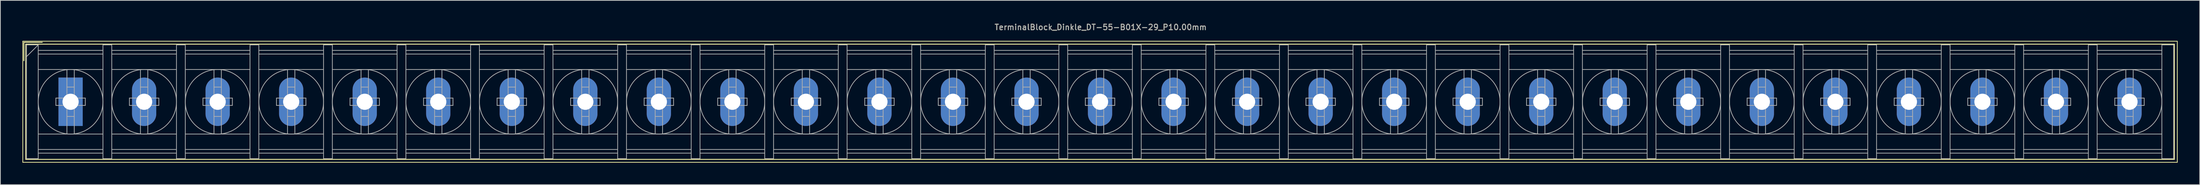
<source format=kicad_pcb>
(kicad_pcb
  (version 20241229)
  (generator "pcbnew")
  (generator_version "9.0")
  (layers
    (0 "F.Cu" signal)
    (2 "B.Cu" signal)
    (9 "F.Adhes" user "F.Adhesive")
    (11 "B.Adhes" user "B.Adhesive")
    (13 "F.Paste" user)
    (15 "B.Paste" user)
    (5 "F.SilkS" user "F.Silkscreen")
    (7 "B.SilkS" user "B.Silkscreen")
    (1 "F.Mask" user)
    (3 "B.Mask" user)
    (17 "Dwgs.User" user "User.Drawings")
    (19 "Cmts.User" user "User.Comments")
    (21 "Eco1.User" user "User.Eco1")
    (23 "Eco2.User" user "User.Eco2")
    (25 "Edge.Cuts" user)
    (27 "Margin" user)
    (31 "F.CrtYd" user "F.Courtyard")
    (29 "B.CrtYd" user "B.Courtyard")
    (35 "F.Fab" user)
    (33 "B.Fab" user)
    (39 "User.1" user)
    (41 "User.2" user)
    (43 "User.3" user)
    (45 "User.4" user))
  (footprint "TerminalBlock_Dinkle_DT-55-B01X-29_P10.00mm"
    (layer "F.Cu")
    (at 6.55 10.818)
    (property "Reference" "TerminalBlock_Dinkle_DT-55-B01X-29_P10.00mm" (at 140.08 -10.16 0) (layer "F.SilkS") (effects (font (size 0.75 0.75) (thickness 0.125))))
    (attr through_hole)
    (fp_line (start -6.5 -8.25) (end 286.5 -8.25) (stroke (width 0.1) (type solid)) (layer "F.SilkS"))
    (fp_line (start -6.5 8.25) (end -6.5 -8.25) (stroke (width 0.1) (type solid)) (layer "F.SilkS"))
    (fp_line (start -6.5 8.25) (end 286.5 8.25) (stroke (width 0.1) (type solid)) (layer "F.SilkS"))
    (fp_line (start -6.35 -8.1) (end -3.85 -8.1) (stroke (width 0.12) (type solid)) (layer "F.SilkS"))
    (fp_line (start -6.35 -5.6) (end -6.35 -8.1) (stroke (width 0.12) (type solid)) (layer "F.SilkS"))
    (fp_line (start -6.1 -7.85) (end 286.1 -7.85) (stroke (width 0.12) (type solid)) (layer "F.SilkS"))
    (fp_line (start -6.1 7.85) (end -6.1 -7.85) (stroke (width 0.12) (type solid)) (layer "F.SilkS"))
    (fp_line (start -6.1 7.85) (end 286.1 7.85) (stroke (width 0.12) (type solid)) (layer "F.SilkS"))
    (fp_line (start 286.1 -7.85) (end 286.1 7.85) (stroke (width 0.12) (type solid)) (layer "F.SilkS"))
    (fp_line (start 286.5 -8.25) (end 286.5 8.25) (stroke (width 0.1) (type solid)) (layer "F.SilkS"))
    (fp_line (start -6 -7.75) (end -6 7.75) (stroke (width 0.1) (type solid)) (layer "F.Fab"))
    (fp_line (start -6 -7.75) (end -4.4 -7.75) (stroke (width 0.1) (type solid)) (layer "F.Fab"))
    (fp_line (start -6 7.75) (end -4.4 7.75) (stroke (width 0.1) (type solid)) (layer "F.Fab"))
    (fp_line (start -4.4 -7.75) (end -6 -6.15) (stroke (width 0.1) (type solid)) (layer "F.Fab"))
    (fp_line (start -4.4 -7.75) (end -4.4 7.75) (stroke (width 0.1) (type solid)) (layer "F.Fab"))
    (fp_line (start -4.4 -7) (end 4.4 -7) (stroke (width 0.1) (type solid)) (layer "F.Fab"))
    (fp_line (start -4.4 -6.5) (end 4.4 -6.5) (stroke (width 0.1) (type solid)) (layer "F.Fab"))
    (fp_line (start -4.4 -4.4) (end 4.4 -4.4) (stroke (width 0.1) (type solid)) (layer "F.Fab"))
    (fp_line (start -4.4 4.4) (end 4.4 4.4) (stroke (width 0.1) (type solid)) (layer "F.Fab"))
    (fp_line (start -4.4 6.5) (end 4.4 6.5) (stroke (width 0.1) (type solid)) (layer "F.Fab"))
    (fp_line (start -4.4 7) (end 4.4 7) (stroke (width 0.1) (type solid)) (layer "F.Fab"))
    (fp_line (start -2 -0.5) (end -2 0.5) (stroke (width 0.1) (type solid)) (layer "F.Fab"))
    (fp_line (start -2 0.5) (end -0.5 0.5) (stroke (width 0.1) (type solid)) (layer "F.Fab"))
    (fp_line (start -0.5 -4.35) (end -0.5 -0.5) (stroke (width 0.1) (type solid)) (layer "F.Fab"))
    (fp_line (start -0.5 -2) (end 0.5 -2) (stroke (width 0.1) (type solid)) (layer "F.Fab"))
    (fp_line (start -0.5 -0.5) (end -2 -0.5) (stroke (width 0.1) (type solid)) (layer "F.Fab"))
    (fp_line (start -0.5 0.5) (end -0.5 4.35) (stroke (width 0.1) (type solid)) (layer "F.Fab"))
    (fp_line (start -0.5 2) (end 0.5 2) (stroke (width 0.1) (type solid)) (layer "F.Fab"))
    (fp_line (start 0.5 -4.35) (end 0.5 -0.5) (stroke (width 0.1) (type solid)) (layer "F.Fab"))
    (fp_line (start 0.5 -0.5) (end 2 -0.5) (stroke (width 0.1) (type solid)) (layer "F.Fab"))
    (fp_line (start 0.5 0.5) (end 0.5 4.35) (stroke (width 0.1) (type solid)) (layer "F.Fab"))
    (fp_line (start 2 -0.5) (end 2 0.5) (stroke (width 0.1) (type solid)) (layer "F.Fab"))
    (fp_line (start 2 0.5) (end 0.5 0.5) (stroke (width 0.1) (type solid)) (layer "F.Fab"))
    (fp_line (start 4.4 -7.75) (end 4.4 7.75) (stroke (width 0.1) (type solid)) (layer "F.Fab"))
    (fp_line (start 4.4 -7.75) (end 5.6 -7.75) (stroke (width 0.1) (type solid)) (layer "F.Fab"))
    (fp_line (start 4.4 7.75) (end 5.6 7.75) (stroke (width 0.1) (type solid)) (layer "F.Fab"))
    (fp_line (start 5.6 -7.75) (end 5.6 7.75) (stroke (width 0.1) (type solid)) (layer "F.Fab"))
    (fp_line (start 5.6 -7) (end 14.4 -7) (stroke (width 0.1) (type solid)) (layer "F.Fab"))
    (fp_line (start 5.6 -6.5) (end 14.4 -6.5) (stroke (width 0.1) (type solid)) (layer "F.Fab"))
    (fp_line (start 5.6 -4.4) (end 14.4 -4.4) (stroke (width 0.1) (type solid)) (layer "F.Fab"))
    (fp_line (start 5.6 4.4) (end 14.4 4.4) (stroke (width 0.1) (type solid)) (layer "F.Fab"))
    (fp_line (start 5.6 6.5) (end 14.4 6.5) (stroke (width 0.1) (type solid)) (layer "F.Fab"))
    (fp_line (start 5.6 7) (end 14.4 7) (stroke (width 0.1) (type solid)) (layer "F.Fab"))
    (fp_line (start 8 -0.5) (end 8 0.5) (stroke (width 0.1) (type solid)) (layer "F.Fab"))
    (fp_line (start 8 0.5) (end 9.5 0.5) (stroke (width 0.1) (type solid)) (layer "F.Fab"))
    (fp_line (start 9.5 -4.35) (end 9.5 -0.5) (stroke (width 0.1) (type solid)) (layer "F.Fab"))
    (fp_line (start 9.5 -2) (end 10.5 -2) (stroke (width 0.1) (type solid)) (layer "F.Fab"))
    (fp_line (start 9.5 -0.5) (end 8 -0.5) (stroke (width 0.1) (type solid)) (layer "F.Fab"))
    (fp_line (start 9.5 0.5) (end 9.5 4.35) (stroke (width 0.1) (type solid)) (layer "F.Fab"))
    (fp_line (start 9.5 2) (end 10.5 2) (stroke (width 0.1) (type solid)) (layer "F.Fab"))
    (fp_line (start 10.5 -4.35) (end 10.5 -0.5) (stroke (width 0.1) (type solid)) (layer "F.Fab"))
    (fp_line (start 10.5 -0.5) (end 12 -0.5) (stroke (width 0.1) (type solid)) (layer "F.Fab"))
    (fp_line (start 10.5 0.5) (end 10.5 4.35) (stroke (width 0.1) (type solid)) (layer "F.Fab"))
    (fp_line (start 12 -0.5) (end 12 0.5) (stroke (width 0.1) (type solid)) (layer "F.Fab"))
    (fp_line (start 12 0.5) (end 10.5 0.5) (stroke (width 0.1) (type solid)) (layer "F.Fab"))
    (fp_line (start 14.4 -7.75) (end 14.4 7.75) (stroke (width 0.1) (type solid)) (layer "F.Fab"))
    (fp_line (start 14.4 -7.75) (end 15.6 -7.75) (stroke (width 0.1) (type solid)) (layer "F.Fab"))
    (fp_line (start 14.4 7.75) (end 15.6 7.75) (stroke (width 0.1) (type solid)) (layer "F.Fab"))
    (fp_line (start 15.6 -7.75) (end 15.6 7.75) (stroke (width 0.1) (type solid)) (layer "F.Fab"))
    (fp_line (start 15.6 -7) (end 24.4 -7) (stroke (width 0.1) (type solid)) (layer "F.Fab"))
    (fp_line (start 15.6 -6.5) (end 24.4 -6.5) (stroke (width 0.1) (type solid)) (layer "F.Fab"))
    (fp_line (start 15.6 -4.4) (end 24.4 -4.4) (stroke (width 0.1) (type solid)) (layer "F.Fab"))
    (fp_line (start 15.6 4.4) (end 24.4 4.4) (stroke (width 0.1) (type solid)) (layer "F.Fab"))
    (fp_line (start 15.6 6.5) (end 24.4 6.5) (stroke (width 0.1) (type solid)) (layer "F.Fab"))
    (fp_line (start 15.6 7) (end 24.4 7) (stroke (width 0.1) (type solid)) (layer "F.Fab"))
    (fp_line (start 18 -0.5) (end 18 0.5) (stroke (width 0.1) (type solid)) (layer "F.Fab"))
    (fp_line (start 18 0.5) (end 19.5 0.5) (stroke (width 0.1) (type solid)) (layer "F.Fab"))
    (fp_line (start 19.5 -4.35) (end 19.5 -0.5) (stroke (width 0.1) (type solid)) (layer "F.Fab"))
    (fp_line (start 19.5 -2) (end 20.5 -2) (stroke (width 0.1) (type solid)) (layer "F.Fab"))
    (fp_line (start 19.5 -0.5) (end 18 -0.5) (stroke (width 0.1) (type solid)) (layer "F.Fab"))
    (fp_line (start 19.5 0.5) (end 19.5 4.35) (stroke (width 0.1) (type solid)) (layer "F.Fab"))
    (fp_line (start 19.5 2) (end 20.5 2) (stroke (width 0.1) (type solid)) (layer "F.Fab"))
    (fp_line (start 20.5 -4.35) (end 20.5 -0.5) (stroke (width 0.1) (type solid)) (layer "F.Fab"))
    (fp_line (start 20.5 -0.5) (end 22 -0.5) (stroke (width 0.1) (type solid)) (layer "F.Fab"))
    (fp_line (start 20.5 0.5) (end 20.5 4.35) (stroke (width 0.1) (type solid)) (layer "F.Fab"))
    (fp_line (start 22 -0.5) (end 22 0.5) (stroke (width 0.1) (type solid)) (layer "F.Fab"))
    (fp_line (start 22 0.5) (end 20.5 0.5) (stroke (width 0.1) (type solid)) (layer "F.Fab"))
    (fp_line (start 24.4 -7.75) (end 24.4 7.75) (stroke (width 0.1) (type solid)) (layer "F.Fab"))
    (fp_line (start 24.4 -7.75) (end 25.6 -7.75) (stroke (width 0.1) (type solid)) (layer "F.Fab"))
    (fp_line (start 24.4 7.75) (end 25.6 7.75) (stroke (width 0.1) (type solid)) (layer "F.Fab"))
    (fp_line (start 25.6 -7.75) (end 25.6 7.75) (stroke (width 0.1) (type solid)) (layer "F.Fab"))
    (fp_line (start 25.6 -7) (end 34.4 -7) (stroke (width 0.1) (type solid)) (layer "F.Fab"))
    (fp_line (start 25.6 -6.5) (end 34.4 -6.5) (stroke (width 0.1) (type solid)) (layer "F.Fab"))
    (fp_line (start 25.6 -4.4) (end 34.4 -4.4) (stroke (width 0.1) (type solid)) (layer "F.Fab"))
    (fp_line (start 25.6 4.4) (end 34.4 4.4) (stroke (width 0.1) (type solid)) (layer "F.Fab"))
    (fp_line (start 25.6 6.5) (end 34.4 6.5) (stroke (width 0.1) (type solid)) (layer "F.Fab"))
    (fp_line (start 25.6 7) (end 34.4 7) (stroke (width 0.1) (type solid)) (layer "F.Fab"))
    (fp_line (start 28 -0.5) (end 28 0.5) (stroke (width 0.1) (type solid)) (layer "F.Fab"))
    (fp_line (start 28 0.5) (end 29.5 0.5) (stroke (width 0.1) (type solid)) (layer "F.Fab"))
    (fp_line (start 29.5 -4.35) (end 29.5 -0.5) (stroke (width 0.1) (type solid)) (layer "F.Fab"))
    (fp_line (start 29.5 -2) (end 30.5 -2) (stroke (width 0.1) (type solid)) (layer "F.Fab"))
    (fp_line (start 29.5 -0.5) (end 28 -0.5) (stroke (width 0.1) (type solid)) (layer "F.Fab"))
    (fp_line (start 29.5 0.5) (end 29.5 4.35) (stroke (width 0.1) (type solid)) (layer "F.Fab"))
    (fp_line (start 29.5 2) (end 30.5 2) (stroke (width 0.1) (type solid)) (layer "F.Fab"))
    (fp_line (start 30.5 -4.35) (end 30.5 -0.5) (stroke (width 0.1) (type solid)) (layer "F.Fab"))
    (fp_line (start 30.5 -0.5) (end 32 -0.5) (stroke (width 0.1) (type solid)) (layer "F.Fab"))
    (fp_line (start 30.5 0.5) (end 30.5 4.35) (stroke (width 0.1) (type solid)) (layer "F.Fab"))
    (fp_line (start 32 -0.5) (end 32 0.5) (stroke (width 0.1) (type solid)) (layer "F.Fab"))
    (fp_line (start 32 0.5) (end 30.5 0.5) (stroke (width 0.1) (type solid)) (layer "F.Fab"))
    (fp_line (start 34.4 -7.75) (end 34.4 7.75) (stroke (width 0.1) (type solid)) (layer "F.Fab"))
    (fp_line (start 34.4 -7.75) (end 35.6 -7.75) (stroke (width 0.1) (type solid)) (layer "F.Fab"))
    (fp_line (start 34.4 7.75) (end 35.6 7.75) (stroke (width 0.1) (type solid)) (layer "F.Fab"))
    (fp_line (start 35.6 -7.75) (end 35.6 7.75) (stroke (width 0.1) (type solid)) (layer "F.Fab"))
    (fp_line (start 35.6 -7) (end 44.4 -7) (stroke (width 0.1) (type solid)) (layer "F.Fab"))
    (fp_line (start 35.6 -6.5) (end 44.4 -6.5) (stroke (width 0.1) (type solid)) (layer "F.Fab"))
    (fp_line (start 35.6 -4.4) (end 44.4 -4.4) (stroke (width 0.1) (type solid)) (layer "F.Fab"))
    (fp_line (start 35.6 4.4) (end 44.4 4.4) (stroke (width 0.1) (type solid)) (layer "F.Fab"))
    (fp_line (start 35.6 6.5) (end 44.4 6.5) (stroke (width 0.1) (type solid)) (layer "F.Fab"))
    (fp_line (start 35.6 7) (end 44.4 7) (stroke (width 0.1) (type solid)) (layer "F.Fab"))
    (fp_line (start 38 -0.5) (end 38 0.5) (stroke (width 0.1) (type solid)) (layer "F.Fab"))
    (fp_line (start 38 0.5) (end 39.5 0.5) (stroke (width 0.1) (type solid)) (layer "F.Fab"))
    (fp_line (start 39.5 -4.35) (end 39.5 -0.5) (stroke (width 0.1) (type solid)) (layer "F.Fab"))
    (fp_line (start 39.5 -2) (end 40.5 -2) (stroke (width 0.1) (type solid)) (layer "F.Fab"))
    (fp_line (start 39.5 -0.5) (end 38 -0.5) (stroke (width 0.1) (type solid)) (layer "F.Fab"))
    (fp_line (start 39.5 0.5) (end 39.5 4.35) (stroke (width 0.1) (type solid)) (layer "F.Fab"))
    (fp_line (start 39.5 2) (end 40.5 2) (stroke (width 0.1) (type solid)) (layer "F.Fab"))
    (fp_line (start 40.5 -4.35) (end 40.5 -0.5) (stroke (width 0.1) (type solid)) (layer "F.Fab"))
    (fp_line (start 40.5 -0.5) (end 42 -0.5) (stroke (width 0.1) (type solid)) (layer "F.Fab"))
    (fp_line (start 40.5 0.5) (end 40.5 4.35) (stroke (width 0.1) (type solid)) (layer "F.Fab"))
    (fp_line (start 42 -0.5) (end 42 0.5) (stroke (width 0.1) (type solid)) (layer "F.Fab"))
    (fp_line (start 42 0.5) (end 40.5 0.5) (stroke (width 0.1) (type solid)) (layer "F.Fab"))
    (fp_line (start 44.4 -7.75) (end 44.4 7.75) (stroke (width 0.1) (type solid)) (layer "F.Fab"))
    (fp_line (start 44.4 -7.75) (end 45.6 -7.75) (stroke (width 0.1) (type solid)) (layer "F.Fab"))
    (fp_line (start 44.4 7.75) (end 45.6 7.75) (stroke (width 0.1) (type solid)) (layer "F.Fab"))
    (fp_line (start 45.6 -7.75) (end 45.6 7.75) (stroke (width 0.1) (type solid)) (layer "F.Fab"))
    (fp_line (start 45.6 -7) (end 54.4 -7) (stroke (width 0.1) (type solid)) (layer "F.Fab"))
    (fp_line (start 45.6 -6.5) (end 54.4 -6.5) (stroke (width 0.1) (type solid)) (layer "F.Fab"))
    (fp_line (start 45.6 -4.4) (end 54.4 -4.4) (stroke (width 0.1) (type solid)) (layer "F.Fab"))
    (fp_line (start 45.6 4.4) (end 54.4 4.4) (stroke (width 0.1) (type solid)) (layer "F.Fab"))
    (fp_line (start 45.6 6.5) (end 54.4 6.5) (stroke (width 0.1) (type solid)) (layer "F.Fab"))
    (fp_line (start 45.6 7) (end 54.4 7) (stroke (width 0.1) (type solid)) (layer "F.Fab"))
    (fp_line (start 48 -0.5) (end 48 0.5) (stroke (width 0.1) (type solid)) (layer "F.Fab"))
    (fp_line (start 48 0.5) (end 49.5 0.5) (stroke (width 0.1) (type solid)) (layer "F.Fab"))
    (fp_line (start 49.5 -4.35) (end 49.5 -0.5) (stroke (width 0.1) (type solid)) (layer "F.Fab"))
    (fp_line (start 49.5 -2) (end 50.5 -2) (stroke (width 0.1) (type solid)) (layer "F.Fab"))
    (fp_line (start 49.5 -0.5) (end 48 -0.5) (stroke (width 0.1) (type solid)) (layer "F.Fab"))
    (fp_line (start 49.5 0.5) (end 49.5 4.35) (stroke (width 0.1) (type solid)) (layer "F.Fab"))
    (fp_line (start 49.5 2) (end 50.5 2) (stroke (width 0.1) (type solid)) (layer "F.Fab"))
    (fp_line (start 50.5 -4.35) (end 50.5 -0.5) (stroke (width 0.1) (type solid)) (layer "F.Fab"))
    (fp_line (start 50.5 -0.5) (end 52 -0.5) (stroke (width 0.1) (type solid)) (layer "F.Fab"))
    (fp_line (start 50.5 0.5) (end 50.5 4.35) (stroke (width 0.1) (type solid)) (layer "F.Fab"))
    (fp_line (start 52 -0.5) (end 52 0.5) (stroke (width 0.1) (type solid)) (layer "F.Fab"))
    (fp_line (start 52 0.5) (end 50.5 0.5) (stroke (width 0.1) (type solid)) (layer "F.Fab"))
    (fp_line (start 54.4 -7.75) (end 54.4 7.75) (stroke (width 0.1) (type solid)) (layer "F.Fab"))
    (fp_line (start 54.4 -7.75) (end 55.6 -7.75) (stroke (width 0.1) (type solid)) (layer "F.Fab"))
    (fp_line (start 54.4 7.75) (end 55.6 7.75) (stroke (width 0.1) (type solid)) (layer "F.Fab"))
    (fp_line (start 55.6 -7.75) (end 55.6 7.75) (stroke (width 0.1) (type solid)) (layer "F.Fab"))
    (fp_line (start 55.6 -7) (end 64.4 -7) (stroke (width 0.1) (type solid)) (layer "F.Fab"))
    (fp_line (start 55.6 -6.5) (end 64.4 -6.5) (stroke (width 0.1) (type solid)) (layer "F.Fab"))
    (fp_line (start 55.6 -4.4) (end 64.4 -4.4) (stroke (width 0.1) (type solid)) (layer "F.Fab"))
    (fp_line (start 55.6 4.4) (end 64.4 4.4) (stroke (width 0.1) (type solid)) (layer "F.Fab"))
    (fp_line (start 55.6 6.5) (end 64.4 6.5) (stroke (width 0.1) (type solid)) (layer "F.Fab"))
    (fp_line (start 55.6 7) (end 64.4 7) (stroke (width 0.1) (type solid)) (layer "F.Fab"))
    (fp_line (start 58 -0.5) (end 58 0.5) (stroke (width 0.1) (type solid)) (layer "F.Fab"))
    (fp_line (start 58 0.5) (end 59.5 0.5) (stroke (width 0.1) (type solid)) (layer "F.Fab"))
    (fp_line (start 59.5 -4.35) (end 59.5 -0.5) (stroke (width 0.1) (type solid)) (layer "F.Fab"))
    (fp_line (start 59.5 -2) (end 60.5 -2) (stroke (width 0.1) (type solid)) (layer "F.Fab"))
    (fp_line (start 59.5 -0.5) (end 58 -0.5) (stroke (width 0.1) (type solid)) (layer "F.Fab"))
    (fp_line (start 59.5 0.5) (end 59.5 4.35) (stroke (width 0.1) (type solid)) (layer "F.Fab"))
    (fp_line (start 59.5 2) (end 60.5 2) (stroke (width 0.1) (type solid)) (layer "F.Fab"))
    (fp_line (start 60.5 -4.35) (end 60.5 -0.5) (stroke (width 0.1) (type solid)) (layer "F.Fab"))
    (fp_line (start 60.5 -0.5) (end 62 -0.5) (stroke (width 0.1) (type solid)) (layer "F.Fab"))
    (fp_line (start 60.5 0.5) (end 60.5 4.35) (stroke (width 0.1) (type solid)) (layer "F.Fab"))
    (fp_line (start 62 -0.5) (end 62 0.5) (stroke (width 0.1) (type solid)) (layer "F.Fab"))
    (fp_line (start 62 0.5) (end 60.5 0.5) (stroke (width 0.1) (type solid)) (layer "F.Fab"))
    (fp_line (start 64.4 -7.75) (end 64.4 7.75) (stroke (width 0.1) (type solid)) (layer "F.Fab"))
    (fp_line (start 64.4 -7.75) (end 65.6 -7.75) (stroke (width 0.1) (type solid)) (layer "F.Fab"))
    (fp_line (start 64.4 7.75) (end 65.6 7.75) (stroke (width 0.1) (type solid)) (layer "F.Fab"))
    (fp_line (start 65.6 -7.75) (end 65.6 7.75) (stroke (width 0.1) (type solid)) (layer "F.Fab"))
    (fp_line (start 65.6 -7) (end 74.4 -7) (stroke (width 0.1) (type solid)) (layer "F.Fab"))
    (fp_line (start 65.6 -6.5) (end 74.4 -6.5) (stroke (width 0.1) (type solid)) (layer "F.Fab"))
    (fp_line (start 65.6 -4.4) (end 74.4 -4.4) (stroke (width 0.1) (type solid)) (layer "F.Fab"))
    (fp_line (start 65.6 4.4) (end 74.4 4.4) (stroke (width 0.1) (type solid)) (layer "F.Fab"))
    (fp_line (start 65.6 6.5) (end 74.4 6.5) (stroke (width 0.1) (type solid)) (layer "F.Fab"))
    (fp_line (start 65.6 7) (end 74.4 7) (stroke (width 0.1) (type solid)) (layer "F.Fab"))
    (fp_line (start 68 -0.5) (end 68 0.5) (stroke (width 0.1) (type solid)) (layer "F.Fab"))
    (fp_line (start 68 0.5) (end 69.5 0.5) (stroke (width 0.1) (type solid)) (layer "F.Fab"))
    (fp_line (start 69.5 -4.35) (end 69.5 -0.5) (stroke (width 0.1) (type solid)) (layer "F.Fab"))
    (fp_line (start 69.5 -2) (end 70.5 -2) (stroke (width 0.1) (type solid)) (layer "F.Fab"))
    (fp_line (start 69.5 -0.5) (end 68 -0.5) (stroke (width 0.1) (type solid)) (layer "F.Fab"))
    (fp_line (start 69.5 0.5) (end 69.5 4.35) (stroke (width 0.1) (type solid)) (layer "F.Fab"))
    (fp_line (start 69.5 2) (end 70.5 2) (stroke (width 0.1) (type solid)) (layer "F.Fab"))
    (fp_line (start 70.5 -4.35) (end 70.5 -0.5) (stroke (width 0.1) (type solid)) (layer "F.Fab"))
    (fp_line (start 70.5 -0.5) (end 72 -0.5) (stroke (width 0.1) (type solid)) (layer "F.Fab"))
    (fp_line (start 70.5 0.5) (end 70.5 4.35) (stroke (width 0.1) (type solid)) (layer "F.Fab"))
    (fp_line (start 72 -0.5) (end 72 0.5) (stroke (width 0.1) (type solid)) (layer "F.Fab"))
    (fp_line (start 72 0.5) (end 70.5 0.5) (stroke (width 0.1) (type solid)) (layer "F.Fab"))
    (fp_line (start 74.4 -7.75) (end 74.4 7.75) (stroke (width 0.1) (type solid)) (layer "F.Fab"))
    (fp_line (start 74.4 -7.75) (end 75.6 -7.75) (stroke (width 0.1) (type solid)) (layer "F.Fab"))
    (fp_line (start 74.4 7.75) (end 75.6 7.75) (stroke (width 0.1) (type solid)) (layer "F.Fab"))
    (fp_line (start 75.6 -7.75) (end 75.6 7.75) (stroke (width 0.1) (type solid)) (layer "F.Fab"))
    (fp_line (start 75.6 -7) (end 84.4 -7) (stroke (width 0.1) (type solid)) (layer "F.Fab"))
    (fp_line (start 75.6 -6.5) (end 84.4 -6.5) (stroke (width 0.1) (type solid)) (layer "F.Fab"))
    (fp_line (start 75.6 -4.4) (end 84.4 -4.4) (stroke (width 0.1) (type solid)) (layer "F.Fab"))
    (fp_line (start 75.6 4.4) (end 84.4 4.4) (stroke (width 0.1) (type solid)) (layer "F.Fab"))
    (fp_line (start 75.6 6.5) (end 84.4 6.5) (stroke (width 0.1) (type solid)) (layer "F.Fab"))
    (fp_line (start 75.6 7) (end 84.4 7) (stroke (width 0.1) (type solid)) (layer "F.Fab"))
    (fp_line (start 78 -0.5) (end 78 0.5) (stroke (width 0.1) (type solid)) (layer "F.Fab"))
    (fp_line (start 78 0.5) (end 79.5 0.5) (stroke (width 0.1) (type solid)) (layer "F.Fab"))
    (fp_line (start 79.5 -4.35) (end 79.5 -0.5) (stroke (width 0.1) (type solid)) (layer "F.Fab"))
    (fp_line (start 79.5 -2) (end 80.5 -2) (stroke (width 0.1) (type solid)) (layer "F.Fab"))
    (fp_line (start 79.5 -0.5) (end 78 -0.5) (stroke (width 0.1) (type solid)) (layer "F.Fab"))
    (fp_line (start 79.5 0.5) (end 79.5 4.35) (stroke (width 0.1) (type solid)) (layer "F.Fab"))
    (fp_line (start 79.5 2) (end 80.5 2) (stroke (width 0.1) (type solid)) (layer "F.Fab"))
    (fp_line (start 80.5 -4.35) (end 80.5 -0.5) (stroke (width 0.1) (type solid)) (layer "F.Fab"))
    (fp_line (start 80.5 -0.5) (end 82 -0.5) (stroke (width 0.1) (type solid)) (layer "F.Fab"))
    (fp_line (start 80.5 0.5) (end 80.5 4.35) (stroke (width 0.1) (type solid)) (layer "F.Fab"))
    (fp_line (start 82 -0.5) (end 82 0.5) (stroke (width 0.1) (type solid)) (layer "F.Fab"))
    (fp_line (start 82 0.5) (end 80.5 0.5) (stroke (width 0.1) (type solid)) (layer "F.Fab"))
    (fp_line (start 84.4 -7.75) (end 84.4 7.75) (stroke (width 0.1) (type solid)) (layer "F.Fab"))
    (fp_line (start 84.4 -7.75) (end 85.6 -7.75) (stroke (width 0.1) (type solid)) (layer "F.Fab"))
    (fp_line (start 84.4 7.75) (end 85.6 7.75) (stroke (width 0.1) (type solid)) (layer "F.Fab"))
    (fp_line (start 85.6 -7.75) (end 85.6 7.75) (stroke (width 0.1) (type solid)) (layer "F.Fab"))
    (fp_line (start 85.6 -7) (end 94.4 -7) (stroke (width 0.1) (type solid)) (layer "F.Fab"))
    (fp_line (start 85.6 -6.5) (end 94.4 -6.5) (stroke (width 0.1) (type solid)) (layer "F.Fab"))
    (fp_line (start 85.6 -4.4) (end 94.4 -4.4) (stroke (width 0.1) (type solid)) (layer "F.Fab"))
    (fp_line (start 85.6 4.4) (end 94.4 4.4) (stroke (width 0.1) (type solid)) (layer "F.Fab"))
    (fp_line (start 85.6 6.5) (end 94.4 6.5) (stroke (width 0.1) (type solid)) (layer "F.Fab"))
    (fp_line (start 85.6 7) (end 94.4 7) (stroke (width 0.1) (type solid)) (layer "F.Fab"))
    (fp_line (start 88 -0.5) (end 88 0.5) (stroke (width 0.1) (type solid)) (layer "F.Fab"))
    (fp_line (start 88 0.5) (end 89.5 0.5) (stroke (width 0.1) (type solid)) (layer "F.Fab"))
    (fp_line (start 89.5 -4.35) (end 89.5 -0.5) (stroke (width 0.1) (type solid)) (layer "F.Fab"))
    (fp_line (start 89.5 -2) (end 90.5 -2) (stroke (width 0.1) (type solid)) (layer "F.Fab"))
    (fp_line (start 89.5 -0.5) (end 88 -0.5) (stroke (width 0.1) (type solid)) (layer "F.Fab"))
    (fp_line (start 89.5 0.5) (end 89.5 4.35) (stroke (width 0.1) (type solid)) (layer "F.Fab"))
    (fp_line (start 89.5 2) (end 90.5 2) (stroke (width 0.1) (type solid)) (layer "F.Fab"))
    (fp_line (start 90.5 -4.35) (end 90.5 -0.5) (stroke (width 0.1) (type solid)) (layer "F.Fab"))
    (fp_line (start 90.5 -0.5) (end 92 -0.5) (stroke (width 0.1) (type solid)) (layer "F.Fab"))
    (fp_line (start 90.5 0.5) (end 90.5 4.35) (stroke (width 0.1) (type solid)) (layer "F.Fab"))
    (fp_line (start 92 -0.5) (end 92 0.5) (stroke (width 0.1) (type solid)) (layer "F.Fab"))
    (fp_line (start 92 0.5) (end 90.5 0.5) (stroke (width 0.1) (type solid)) (layer "F.Fab"))
    (fp_line (start 94.4 -7.75) (end 94.4 7.75) (stroke (width 0.1) (type solid)) (layer "F.Fab"))
    (fp_line (start 94.4 -7.75) (end 95.6 -7.75) (stroke (width 0.1) (type solid)) (layer "F.Fab"))
    (fp_line (start 94.4 7.75) (end 95.6 7.75) (stroke (width 0.1) (type solid)) (layer "F.Fab"))
    (fp_line (start 95.6 -7.75) (end 95.6 7.75) (stroke (width 0.1) (type solid)) (layer "F.Fab"))
    (fp_line (start 95.6 -7) (end 104.4 -7) (stroke (width 0.1) (type solid)) (layer "F.Fab"))
    (fp_line (start 95.6 -6.5) (end 104.4 -6.5) (stroke (width 0.1) (type solid)) (layer "F.Fab"))
    (fp_line (start 95.6 -4.4) (end 104.4 -4.4) (stroke (width 0.1) (type solid)) (layer "F.Fab"))
    (fp_line (start 95.6 4.4) (end 104.4 4.4) (stroke (width 0.1) (type solid)) (layer "F.Fab"))
    (fp_line (start 95.6 6.5) (end 104.4 6.5) (stroke (width 0.1) (type solid)) (layer "F.Fab"))
    (fp_line (start 95.6 7) (end 104.4 7) (stroke (width 0.1) (type solid)) (layer "F.Fab"))
    (fp_line (start 98 -0.5) (end 98 0.5) (stroke (width 0.1) (type solid)) (layer "F.Fab"))
    (fp_line (start 98 0.5) (end 99.5 0.5) (stroke (width 0.1) (type solid)) (layer "F.Fab"))
    (fp_line (start 99.5 -4.35) (end 99.5 -0.5) (stroke (width 0.1) (type solid)) (layer "F.Fab"))
    (fp_line (start 99.5 -2) (end 100.5 -2) (stroke (width 0.1) (type solid)) (layer "F.Fab"))
    (fp_line (start 99.5 -0.5) (end 98 -0.5) (stroke (width 0.1) (type solid)) (layer "F.Fab"))
    (fp_line (start 99.5 0.5) (end 99.5 4.35) (stroke (width 0.1) (type solid)) (layer "F.Fab"))
    (fp_line (start 99.5 2) (end 100.5 2) (stroke (width 0.1) (type solid)) (layer "F.Fab"))
    (fp_line (start 100.5 -4.35) (end 100.5 -0.5) (stroke (width 0.1) (type solid)) (layer "F.Fab"))
    (fp_line (start 100.5 -0.5) (end 102 -0.5) (stroke (width 0.1) (type solid)) (layer "F.Fab"))
    (fp_line (start 100.5 0.5) (end 100.5 4.35) (stroke (width 0.1) (type solid)) (layer "F.Fab"))
    (fp_line (start 102 -0.5) (end 102 0.5) (stroke (width 0.1) (type solid)) (layer "F.Fab"))
    (fp_line (start 102 0.5) (end 100.5 0.5) (stroke (width 0.1) (type solid)) (layer "F.Fab"))
    (fp_line (start 104.4 -7.75) (end 104.4 7.75) (stroke (width 0.1) (type solid)) (layer "F.Fab"))
    (fp_line (start 104.4 -7.75) (end 105.6 -7.75) (stroke (width 0.1) (type solid)) (layer "F.Fab"))
    (fp_line (start 104.4 7.75) (end 105.6 7.75) (stroke (width 0.1) (type solid)) (layer "F.Fab"))
    (fp_line (start 105.6 -7.75) (end 105.6 7.75) (stroke (width 0.1) (type solid)) (layer "F.Fab"))
    (fp_line (start 105.6 -7) (end 114.4 -7) (stroke (width 0.1) (type solid)) (layer "F.Fab"))
    (fp_line (start 105.6 -6.5) (end 114.4 -6.5) (stroke (width 0.1) (type solid)) (layer "F.Fab"))
    (fp_line (start 105.6 -4.4) (end 114.4 -4.4) (stroke (width 0.1) (type solid)) (layer "F.Fab"))
    (fp_line (start 105.6 4.4) (end 114.4 4.4) (stroke (width 0.1) (type solid)) (layer "F.Fab"))
    (fp_line (start 105.6 6.5) (end 114.4 6.5) (stroke (width 0.1) (type solid)) (layer "F.Fab"))
    (fp_line (start 105.6 7) (end 114.4 7) (stroke (width 0.1) (type solid)) (layer "F.Fab"))
    (fp_line (start 108 -0.5) (end 108 0.5) (stroke (width 0.1) (type solid)) (layer "F.Fab"))
    (fp_line (start 108 0.5) (end 109.5 0.5) (stroke (width 0.1) (type solid)) (layer "F.Fab"))
    (fp_line (start 109.5 -4.35) (end 109.5 -0.5) (stroke (width 0.1) (type solid)) (layer "F.Fab"))
    (fp_line (start 109.5 -2) (end 110.5 -2) (stroke (width 0.1) (type solid)) (layer "F.Fab"))
    (fp_line (start 109.5 -0.5) (end 108 -0.5) (stroke (width 0.1) (type solid)) (layer "F.Fab"))
    (fp_line (start 109.5 0.5) (end 109.5 4.35) (stroke (width 0.1) (type solid)) (layer "F.Fab"))
    (fp_line (start 109.5 2) (end 110.5 2) (stroke (width 0.1) (type solid)) (layer "F.Fab"))
    (fp_line (start 110.5 -4.35) (end 110.5 -0.5) (stroke (width 0.1) (type solid)) (layer "F.Fab"))
    (fp_line (start 110.5 -0.5) (end 112 -0.5) (stroke (width 0.1) (type solid)) (layer "F.Fab"))
    (fp_line (start 110.5 0.5) (end 110.5 4.35) (stroke (width 0.1) (type solid)) (layer "F.Fab"))
    (fp_line (start 112 -0.5) (end 112 0.5) (stroke (width 0.1) (type solid)) (layer "F.Fab"))
    (fp_line (start 112 0.5) (end 110.5 0.5) (stroke (width 0.1) (type solid)) (layer "F.Fab"))
    (fp_line (start 114.4 -7.75) (end 114.4 7.75) (stroke (width 0.1) (type solid)) (layer "F.Fab"))
    (fp_line (start 114.4 -7.75) (end 115.6 -7.75) (stroke (width 0.1) (type solid)) (layer "F.Fab"))
    (fp_line (start 114.4 7.75) (end 115.6 7.75) (stroke (width 0.1) (type solid)) (layer "F.Fab"))
    (fp_line (start 115.6 -7.75) (end 115.6 7.75) (stroke (width 0.1) (type solid)) (layer "F.Fab"))
    (fp_line (start 115.6 -7) (end 124.4 -7) (stroke (width 0.1) (type solid)) (layer "F.Fab"))
    (fp_line (start 115.6 -6.5) (end 124.4 -6.5) (stroke (width 0.1) (type solid)) (layer "F.Fab"))
    (fp_line (start 115.6 -4.4) (end 124.4 -4.4) (stroke (width 0.1) (type solid)) (layer "F.Fab"))
    (fp_line (start 115.6 4.4) (end 124.4 4.4) (stroke (width 0.1) (type solid)) (layer "F.Fab"))
    (fp_line (start 115.6 6.5) (end 124.4 6.5) (stroke (width 0.1) (type solid)) (layer "F.Fab"))
    (fp_line (start 115.6 7) (end 124.4 7) (stroke (width 0.1) (type solid)) (layer "F.Fab"))
    (fp_line (start 118 -0.5) (end 118 0.5) (stroke (width 0.1) (type solid)) (layer "F.Fab"))
    (fp_line (start 118 0.5) (end 119.5 0.5) (stroke (width 0.1) (type solid)) (layer "F.Fab"))
    (fp_line (start 119.5 -4.35) (end 119.5 -0.5) (stroke (width 0.1) (type solid)) (layer "F.Fab"))
    (fp_line (start 119.5 -2) (end 120.5 -2) (stroke (width 0.1) (type solid)) (layer "F.Fab"))
    (fp_line (start 119.5 -0.5) (end 118 -0.5) (stroke (width 0.1) (type solid)) (layer "F.Fab"))
    (fp_line (start 119.5 0.5) (end 119.5 4.35) (stroke (width 0.1) (type solid)) (layer "F.Fab"))
    (fp_line (start 119.5 2) (end 120.5 2) (stroke (width 0.1) (type solid)) (layer "F.Fab"))
    (fp_line (start 120.5 -4.35) (end 120.5 -0.5) (stroke (width 0.1) (type solid)) (layer "F.Fab"))
    (fp_line (start 120.5 -0.5) (end 122 -0.5) (stroke (width 0.1) (type solid)) (layer "F.Fab"))
    (fp_line (start 120.5 0.5) (end 120.5 4.35) (stroke (width 0.1) (type solid)) (layer "F.Fab"))
    (fp_line (start 122 -0.5) (end 122 0.5) (stroke (width 0.1) (type solid)) (layer "F.Fab"))
    (fp_line (start 122 0.5) (end 120.5 0.5) (stroke (width 0.1) (type solid)) (layer "F.Fab"))
    (fp_line (start 124.4 -7.75) (end 124.4 7.75) (stroke (width 0.1) (type solid)) (layer "F.Fab"))
    (fp_line (start 124.4 -7.75) (end 125.6 -7.75) (stroke (width 0.1) (type solid)) (layer "F.Fab"))
    (fp_line (start 124.4 7.75) (end 125.6 7.75) (stroke (width 0.1) (type solid)) (layer "F.Fab"))
    (fp_line (start 125.6 -7.75) (end 125.6 7.75) (stroke (width 0.1) (type solid)) (layer "F.Fab"))
    (fp_line (start 125.6 -7) (end 134.4 -7) (stroke (width 0.1) (type solid)) (layer "F.Fab"))
    (fp_line (start 125.6 -6.5) (end 134.4 -6.5) (stroke (width 0.1) (type solid)) (layer "F.Fab"))
    (fp_line (start 125.6 -4.4) (end 134.4 -4.4) (stroke (width 0.1) (type solid)) (layer "F.Fab"))
    (fp_line (start 125.6 4.4) (end 134.4 4.4) (stroke (width 0.1) (type solid)) (layer "F.Fab"))
    (fp_line (start 125.6 6.5) (end 134.4 6.5) (stroke (width 0.1) (type solid)) (layer "F.Fab"))
    (fp_line (start 125.6 7) (end 134.4 7) (stroke (width 0.1) (type solid)) (layer "F.Fab"))
    (fp_line (start 128 -0.5) (end 128 0.5) (stroke (width 0.1) (type solid)) (layer "F.Fab"))
    (fp_line (start 128 0.5) (end 129.5 0.5) (stroke (width 0.1) (type solid)) (layer "F.Fab"))
    (fp_line (start 129.5 -4.35) (end 129.5 -0.5) (stroke (width 0.1) (type solid)) (layer "F.Fab"))
    (fp_line (start 129.5 -2) (end 130.5 -2) (stroke (width 0.1) (type solid)) (layer "F.Fab"))
    (fp_line (start 129.5 -0.5) (end 128 -0.5) (stroke (width 0.1) (type solid)) (layer "F.Fab"))
    (fp_line (start 129.5 0.5) (end 129.5 4.35) (stroke (width 0.1) (type solid)) (layer "F.Fab"))
    (fp_line (start 129.5 2) (end 130.5 2) (stroke (width 0.1) (type solid)) (layer "F.Fab"))
    (fp_line (start 130.5 -4.35) (end 130.5 -0.5) (stroke (width 0.1) (type solid)) (layer "F.Fab"))
    (fp_line (start 130.5 -0.5) (end 132 -0.5) (stroke (width 0.1) (type solid)) (layer "F.Fab"))
    (fp_line (start 130.5 0.5) (end 130.5 4.35) (stroke (width 0.1) (type solid)) (layer "F.Fab"))
    (fp_line (start 132 -0.5) (end 132 0.5) (stroke (width 0.1) (type solid)) (layer "F.Fab"))
    (fp_line (start 132 0.5) (end 130.5 0.5) (stroke (width 0.1) (type solid)) (layer "F.Fab"))
    (fp_line (start 134.4 -7.75) (end 134.4 7.75) (stroke (width 0.1) (type solid)) (layer "F.Fab"))
    (fp_line (start 134.4 -7.75) (end 135.6 -7.75) (stroke (width 0.1) (type solid)) (layer "F.Fab"))
    (fp_line (start 134.4 7.75) (end 135.6 7.75) (stroke (width 0.1) (type solid)) (layer "F.Fab"))
    (fp_line (start 135.6 -7.75) (end 135.6 7.75) (stroke (width 0.1) (type solid)) (layer "F.Fab"))
    (fp_line (start 135.6 -7) (end 144.4 -7) (stroke (width 0.1) (type solid)) (layer "F.Fab"))
    (fp_line (start 135.6 -6.5) (end 144.4 -6.5) (stroke (width 0.1) (type solid)) (layer "F.Fab"))
    (fp_line (start 135.6 -4.4) (end 144.4 -4.4) (stroke (width 0.1) (type solid)) (layer "F.Fab"))
    (fp_line (start 135.6 4.4) (end 144.4 4.4) (stroke (width 0.1) (type solid)) (layer "F.Fab"))
    (fp_line (start 135.6 6.5) (end 144.4 6.5) (stroke (width 0.1) (type solid)) (layer "F.Fab"))
    (fp_line (start 135.6 7) (end 144.4 7) (stroke (width 0.1) (type solid)) (layer "F.Fab"))
    (fp_line (start 138 -0.5) (end 138 0.5) (stroke (width 0.1) (type solid)) (layer "F.Fab"))
    (fp_line (start 138 0.5) (end 139.5 0.5) (stroke (width 0.1) (type solid)) (layer "F.Fab"))
    (fp_line (start 139.5 -4.35) (end 139.5 -0.5) (stroke (width 0.1) (type solid)) (layer "F.Fab"))
    (fp_line (start 139.5 -2) (end 140.5 -2) (stroke (width 0.1) (type solid)) (layer "F.Fab"))
    (fp_line (start 139.5 -0.5) (end 138 -0.5) (stroke (width 0.1) (type solid)) (layer "F.Fab"))
    (fp_line (start 139.5 0.5) (end 139.5 4.35) (stroke (width 0.1) (type solid)) (layer "F.Fab"))
    (fp_line (start 139.5 2) (end 140.5 2) (stroke (width 0.1) (type solid)) (layer "F.Fab"))
    (fp_line (start 140.5 -4.35) (end 140.5 -0.5) (stroke (width 0.1) (type solid)) (layer "F.Fab"))
    (fp_line (start 140.5 -0.5) (end 142 -0.5) (stroke (width 0.1) (type solid)) (layer "F.Fab"))
    (fp_line (start 140.5 0.5) (end 140.5 4.35) (stroke (width 0.1) (type solid)) (layer "F.Fab"))
    (fp_line (start 142 -0.5) (end 142 0.5) (stroke (width 0.1) (type solid)) (layer "F.Fab"))
    (fp_line (start 142 0.5) (end 140.5 0.5) (stroke (width 0.1) (type solid)) (layer "F.Fab"))
    (fp_line (start 144.4 -7.75) (end 144.4 7.75) (stroke (width 0.1) (type solid)) (layer "F.Fab"))
    (fp_line (start 144.4 -7.75) (end 145.6 -7.75) (stroke (width 0.1) (type solid)) (layer "F.Fab"))
    (fp_line (start 144.4 7.75) (end 145.6 7.75) (stroke (width 0.1) (type solid)) (layer "F.Fab"))
    (fp_line (start 145.6 -7.75) (end 145.6 7.75) (stroke (width 0.1) (type solid)) (layer "F.Fab"))
    (fp_line (start 145.6 -7) (end 154.4 -7) (stroke (width 0.1) (type solid)) (layer "F.Fab"))
    (fp_line (start 145.6 -6.5) (end 154.4 -6.5) (stroke (width 0.1) (type solid)) (layer "F.Fab"))
    (fp_line (start 145.6 -4.4) (end 154.4 -4.4) (stroke (width 0.1) (type solid)) (layer "F.Fab"))
    (fp_line (start 145.6 4.4) (end 154.4 4.4) (stroke (width 0.1) (type solid)) (layer "F.Fab"))
    (fp_line (start 145.6 6.5) (end 154.4 6.5) (stroke (width 0.1) (type solid)) (layer "F.Fab"))
    (fp_line (start 145.6 7) (end 154.4 7) (stroke (width 0.1) (type solid)) (layer "F.Fab"))
    (fp_line (start 148 -0.5) (end 148 0.5) (stroke (width 0.1) (type solid)) (layer "F.Fab"))
    (fp_line (start 148 0.5) (end 149.5 0.5) (stroke (width 0.1) (type solid)) (layer "F.Fab"))
    (fp_line (start 149.5 -4.35) (end 149.5 -0.5) (stroke (width 0.1) (type solid)) (layer "F.Fab"))
    (fp_line (start 149.5 -2) (end 150.5 -2) (stroke (width 0.1) (type solid)) (layer "F.Fab"))
    (fp_line (start 149.5 -0.5) (end 148 -0.5) (stroke (width 0.1) (type solid)) (layer "F.Fab"))
    (fp_line (start 149.5 0.5) (end 149.5 4.35) (stroke (width 0.1) (type solid)) (layer "F.Fab"))
    (fp_line (start 149.5 2) (end 150.5 2) (stroke (width 0.1) (type solid)) (layer "F.Fab"))
    (fp_line (start 150.5 -4.35) (end 150.5 -0.5) (stroke (width 0.1) (type solid)) (layer "F.Fab"))
    (fp_line (start 150.5 -0.5) (end 152 -0.5) (stroke (width 0.1) (type solid)) (layer "F.Fab"))
    (fp_line (start 150.5 0.5) (end 150.5 4.35) (stroke (width 0.1) (type solid)) (layer "F.Fab"))
    (fp_line (start 152 -0.5) (end 152 0.5) (stroke (width 0.1) (type solid)) (layer "F.Fab"))
    (fp_line (start 152 0.5) (end 150.5 0.5) (stroke (width 0.1) (type solid)) (layer "F.Fab"))
    (fp_line (start 154.4 -7.75) (end 154.4 7.75) (stroke (width 0.1) (type solid)) (layer "F.Fab"))
    (fp_line (start 154.4 -7.75) (end 155.6 -7.75) (stroke (width 0.1) (type solid)) (layer "F.Fab"))
    (fp_line (start 154.4 7.75) (end 155.6 7.75) (stroke (width 0.1) (type solid)) (layer "F.Fab"))
    (fp_line (start 155.6 -7.75) (end 155.6 7.75) (stroke (width 0.1) (type solid)) (layer "F.Fab"))
    (fp_line (start 155.6 -7) (end 164.4 -7) (stroke (width 0.1) (type solid)) (layer "F.Fab"))
    (fp_line (start 155.6 -6.5) (end 164.4 -6.5) (stroke (width 0.1) (type solid)) (layer "F.Fab"))
    (fp_line (start 155.6 -4.4) (end 164.4 -4.4) (stroke (width 0.1) (type solid)) (layer "F.Fab"))
    (fp_line (start 155.6 4.4) (end 164.4 4.4) (stroke (width 0.1) (type solid)) (layer "F.Fab"))
    (fp_line (start 155.6 6.5) (end 164.4 6.5) (stroke (width 0.1) (type solid)) (layer "F.Fab"))
    (fp_line (start 155.6 7) (end 164.4 7) (stroke (width 0.1) (type solid)) (layer "F.Fab"))
    (fp_line (start 158 -0.5) (end 158 0.5) (stroke (width 0.1) (type solid)) (layer "F.Fab"))
    (fp_line (start 158 0.5) (end 159.5 0.5) (stroke (width 0.1) (type solid)) (layer "F.Fab"))
    (fp_line (start 159.5 -4.35) (end 159.5 -0.5) (stroke (width 0.1) (type solid)) (layer "F.Fab"))
    (fp_line (start 159.5 -2) (end 160.5 -2) (stroke (width 0.1) (type solid)) (layer "F.Fab"))
    (fp_line (start 159.5 -0.5) (end 158 -0.5) (stroke (width 0.1) (type solid)) (layer "F.Fab"))
    (fp_line (start 159.5 0.5) (end 159.5 4.35) (stroke (width 0.1) (type solid)) (layer "F.Fab"))
    (fp_line (start 159.5 2) (end 160.5 2) (stroke (width 0.1) (type solid)) (layer "F.Fab"))
    (fp_line (start 160.5 -4.35) (end 160.5 -0.5) (stroke (width 0.1) (type solid)) (layer "F.Fab"))
    (fp_line (start 160.5 -0.5) (end 162 -0.5) (stroke (width 0.1) (type solid)) (layer "F.Fab"))
    (fp_line (start 160.5 0.5) (end 160.5 4.35) (stroke (width 0.1) (type solid)) (layer "F.Fab"))
    (fp_line (start 162 -0.5) (end 162 0.5) (stroke (width 0.1) (type solid)) (layer "F.Fab"))
    (fp_line (start 162 0.5) (end 160.5 0.5) (stroke (width 0.1) (type solid)) (layer "F.Fab"))
    (fp_line (start 164.4 -7.75) (end 164.4 7.75) (stroke (width 0.1) (type solid)) (layer "F.Fab"))
    (fp_line (start 164.4 -7.75) (end 165.6 -7.75) (stroke (width 0.1) (type solid)) (layer "F.Fab"))
    (fp_line (start 164.4 7.75) (end 165.6 7.75) (stroke (width 0.1) (type solid)) (layer "F.Fab"))
    (fp_line (start 165.6 -7.75) (end 165.6 7.75) (stroke (width 0.1) (type solid)) (layer "F.Fab"))
    (fp_line (start 165.6 -7) (end 174.4 -7) (stroke (width 0.1) (type solid)) (layer "F.Fab"))
    (fp_line (start 165.6 -6.5) (end 174.4 -6.5) (stroke (width 0.1) (type solid)) (layer "F.Fab"))
    (fp_line (start 165.6 -4.4) (end 174.4 -4.4) (stroke (width 0.1) (type solid)) (layer "F.Fab"))
    (fp_line (start 165.6 4.4) (end 174.4 4.4) (stroke (width 0.1) (type solid)) (layer "F.Fab"))
    (fp_line (start 165.6 6.5) (end 174.4 6.5) (stroke (width 0.1) (type solid)) (layer "F.Fab"))
    (fp_line (start 165.6 7) (end 174.4 7) (stroke (width 0.1) (type solid)) (layer "F.Fab"))
    (fp_line (start 168 -0.5) (end 168 0.5) (stroke (width 0.1) (type solid)) (layer "F.Fab"))
    (fp_line (start 168 0.5) (end 169.5 0.5) (stroke (width 0.1) (type solid)) (layer "F.Fab"))
    (fp_line (start 169.5 -4.35) (end 169.5 -0.5) (stroke (width 0.1) (type solid)) (layer "F.Fab"))
    (fp_line (start 169.5 -2) (end 170.5 -2) (stroke (width 0.1) (type solid)) (layer "F.Fab"))
    (fp_line (start 169.5 -0.5) (end 168 -0.5) (stroke (width 0.1) (type solid)) (layer "F.Fab"))
    (fp_line (start 169.5 0.5) (end 169.5 4.35) (stroke (width 0.1) (type solid)) (layer "F.Fab"))
    (fp_line (start 169.5 2) (end 170.5 2) (stroke (width 0.1) (type solid)) (layer "F.Fab"))
    (fp_line (start 170.5 -4.35) (end 170.5 -0.5) (stroke (width 0.1) (type solid)) (layer "F.Fab"))
    (fp_line (start 170.5 -0.5) (end 172 -0.5) (stroke (width 0.1) (type solid)) (layer "F.Fab"))
    (fp_line (start 170.5 0.5) (end 170.5 4.35) (stroke (width 0.1) (type solid)) (layer "F.Fab"))
    (fp_line (start 172 -0.5) (end 172 0.5) (stroke (width 0.1) (type solid)) (layer "F.Fab"))
    (fp_line (start 172 0.5) (end 170.5 0.5) (stroke (width 0.1) (type solid)) (layer "F.Fab"))
    (fp_line (start 174.4 -7.75) (end 174.4 7.75) (stroke (width 0.1) (type solid)) (layer "F.Fab"))
    (fp_line (start 174.4 -7.75) (end 175.6 -7.75) (stroke (width 0.1) (type solid)) (layer "F.Fab"))
    (fp_line (start 174.4 7.75) (end 175.6 7.75) (stroke (width 0.1) (type solid)) (layer "F.Fab"))
    (fp_line (start 175.6 -7.75) (end 175.6 7.75) (stroke (width 0.1) (type solid)) (layer "F.Fab"))
    (fp_line (start 175.6 -7) (end 184.4 -7) (stroke (width 0.1) (type solid)) (layer "F.Fab"))
    (fp_line (start 175.6 -6.5) (end 184.4 -6.5) (stroke (width 0.1) (type solid)) (layer "F.Fab"))
    (fp_line (start 175.6 -4.4) (end 184.4 -4.4) (stroke (width 0.1) (type solid)) (layer "F.Fab"))
    (fp_line (start 175.6 4.4) (end 184.4 4.4) (stroke (width 0.1) (type solid)) (layer "F.Fab"))
    (fp_line (start 175.6 6.5) (end 184.4 6.5) (stroke (width 0.1) (type solid)) (layer "F.Fab"))
    (fp_line (start 175.6 7) (end 184.4 7) (stroke (width 0.1) (type solid)) (layer "F.Fab"))
    (fp_line (start 178 -0.5) (end 178 0.5) (stroke (width 0.1) (type solid)) (layer "F.Fab"))
    (fp_line (start 178 0.5) (end 179.5 0.5) (stroke (width 0.1) (type solid)) (layer "F.Fab"))
    (fp_line (start 179.5 -4.35) (end 179.5 -0.5) (stroke (width 0.1) (type solid)) (layer "F.Fab"))
    (fp_line (start 179.5 -2) (end 180.5 -2) (stroke (width 0.1) (type solid)) (layer "F.Fab"))
    (fp_line (start 179.5 -0.5) (end 178 -0.5) (stroke (width 0.1) (type solid)) (layer "F.Fab"))
    (fp_line (start 179.5 0.5) (end 179.5 4.35) (stroke (width 0.1) (type solid)) (layer "F.Fab"))
    (fp_line (start 179.5 2) (end 180.5 2) (stroke (width 0.1) (type solid)) (layer "F.Fab"))
    (fp_line (start 180.5 -4.35) (end 180.5 -0.5) (stroke (width 0.1) (type solid)) (layer "F.Fab"))
    (fp_line (start 180.5 -0.5) (end 182 -0.5) (stroke (width 0.1) (type solid)) (layer "F.Fab"))
    (fp_line (start 180.5 0.5) (end 180.5 4.35) (stroke (width 0.1) (type solid)) (layer "F.Fab"))
    (fp_line (start 182 -0.5) (end 182 0.5) (stroke (width 0.1) (type solid)) (layer "F.Fab"))
    (fp_line (start 182 0.5) (end 180.5 0.5) (stroke (width 0.1) (type solid)) (layer "F.Fab"))
    (fp_line (start 184.4 -7.75) (end 184.4 7.75) (stroke (width 0.1) (type solid)) (layer "F.Fab"))
    (fp_line (start 184.4 -7.75) (end 185.6 -7.75) (stroke (width 0.1) (type solid)) (layer "F.Fab"))
    (fp_line (start 184.4 7.75) (end 185.6 7.75) (stroke (width 0.1) (type solid)) (layer "F.Fab"))
    (fp_line (start 185.6 -7.75) (end 185.6 7.75) (stroke (width 0.1) (type solid)) (layer "F.Fab"))
    (fp_line (start 185.6 -7) (end 194.4 -7) (stroke (width 0.1) (type solid)) (layer "F.Fab"))
    (fp_line (start 185.6 -6.5) (end 194.4 -6.5) (stroke (width 0.1) (type solid)) (layer "F.Fab"))
    (fp_line (start 185.6 -4.4) (end 194.4 -4.4) (stroke (width 0.1) (type solid)) (layer "F.Fab"))
    (fp_line (start 185.6 4.4) (end 194.4 4.4) (stroke (width 0.1) (type solid)) (layer "F.Fab"))
    (fp_line (start 185.6 6.5) (end 194.4 6.5) (stroke (width 0.1) (type solid)) (layer "F.Fab"))
    (fp_line (start 185.6 7) (end 194.4 7) (stroke (width 0.1) (type solid)) (layer "F.Fab"))
    (fp_line (start 188 -0.5) (end 188 0.5) (stroke (width 0.1) (type solid)) (layer "F.Fab"))
    (fp_line (start 188 0.5) (end 189.5 0.5) (stroke (width 0.1) (type solid)) (layer "F.Fab"))
    (fp_line (start 189.5 -4.35) (end 189.5 -0.5) (stroke (width 0.1) (type solid)) (layer "F.Fab"))
    (fp_line (start 189.5 -2) (end 190.5 -2) (stroke (width 0.1) (type solid)) (layer "F.Fab"))
    (fp_line (start 189.5 -0.5) (end 188 -0.5) (stroke (width 0.1) (type solid)) (layer "F.Fab"))
    (fp_line (start 189.5 0.5) (end 189.5 4.35) (stroke (width 0.1) (type solid)) (layer "F.Fab"))
    (fp_line (start 189.5 2) (end 190.5 2) (stroke (width 0.1) (type solid)) (layer "F.Fab"))
    (fp_line (start 190.5 -4.35) (end 190.5 -0.5) (stroke (width 0.1) (type solid)) (layer "F.Fab"))
    (fp_line (start 190.5 -0.5) (end 192 -0.5) (stroke (width 0.1) (type solid)) (layer "F.Fab"))
    (fp_line (start 190.5 0.5) (end 190.5 4.35) (stroke (width 0.1) (type solid)) (layer "F.Fab"))
    (fp_line (start 192 -0.5) (end 192 0.5) (stroke (width 0.1) (type solid)) (layer "F.Fab"))
    (fp_line (start 192 0.5) (end 190.5 0.5) (stroke (width 0.1) (type solid)) (layer "F.Fab"))
    (fp_line (start 194.4 -7.75) (end 194.4 7.75) (stroke (width 0.1) (type solid)) (layer "F.Fab"))
    (fp_line (start 194.4 -7.75) (end 195.6 -7.75) (stroke (width 0.1) (type solid)) (layer "F.Fab"))
    (fp_line (start 194.4 7.75) (end 195.6 7.75) (stroke (width 0.1) (type solid)) (layer "F.Fab"))
    (fp_line (start 195.6 -7.75) (end 195.6 7.75) (stroke (width 0.1) (type solid)) (layer "F.Fab"))
    (fp_line (start 195.6 -7) (end 204.4 -7) (stroke (width 0.1) (type solid)) (layer "F.Fab"))
    (fp_line (start 195.6 -6.5) (end 204.4 -6.5) (stroke (width 0.1) (type solid)) (layer "F.Fab"))
    (fp_line (start 195.6 -4.4) (end 204.4 -4.4) (stroke (width 0.1) (type solid)) (layer "F.Fab"))
    (fp_line (start 195.6 4.4) (end 204.4 4.4) (stroke (width 0.1) (type solid)) (layer "F.Fab"))
    (fp_line (start 195.6 6.5) (end 204.4 6.5) (stroke (width 0.1) (type solid)) (layer "F.Fab"))
    (fp_line (start 195.6 7) (end 204.4 7) (stroke (width 0.1) (type solid)) (layer "F.Fab"))
    (fp_line (start 198 -0.5) (end 198 0.5) (stroke (width 0.1) (type solid)) (layer "F.Fab"))
    (fp_line (start 198 0.5) (end 199.5 0.5) (stroke (width 0.1) (type solid)) (layer "F.Fab"))
    (fp_line (start 199.5 -4.35) (end 199.5 -0.5) (stroke (width 0.1) (type solid)) (layer "F.Fab"))
    (fp_line (start 199.5 -2) (end 200.5 -2) (stroke (width 0.1) (type solid)) (layer "F.Fab"))
    (fp_line (start 199.5 -0.5) (end 198 -0.5) (stroke (width 0.1) (type solid)) (layer "F.Fab"))
    (fp_line (start 199.5 0.5) (end 199.5 4.35) (stroke (width 0.1) (type solid)) (layer "F.Fab"))
    (fp_line (start 199.5 2) (end 200.5 2) (stroke (width 0.1) (type solid)) (layer "F.Fab"))
    (fp_line (start 200.5 -4.35) (end 200.5 -0.5) (stroke (width 0.1) (type solid)) (layer "F.Fab"))
    (fp_line (start 200.5 -0.5) (end 202 -0.5) (stroke (width 0.1) (type solid)) (layer "F.Fab"))
    (fp_line (start 200.5 0.5) (end 200.5 4.35) (stroke (width 0.1) (type solid)) (layer "F.Fab"))
    (fp_line (start 202 -0.5) (end 202 0.5) (stroke (width 0.1) (type solid)) (layer "F.Fab"))
    (fp_line (start 202 0.5) (end 200.5 0.5) (stroke (width 0.1) (type solid)) (layer "F.Fab"))
    (fp_line (start 204.4 -7.75) (end 204.4 7.75) (stroke (width 0.1) (type solid)) (layer "F.Fab"))
    (fp_line (start 204.4 -7.75) (end 205.6 -7.75) (stroke (width 0.1) (type solid)) (layer "F.Fab"))
    (fp_line (start 204.4 7.75) (end 205.6 7.75) (stroke (width 0.1) (type solid)) (layer "F.Fab"))
    (fp_line (start 205.6 -7.75) (end 205.6 7.75) (stroke (width 0.1) (type solid)) (layer "F.Fab"))
    (fp_line (start 205.6 -7) (end 214.4 -7) (stroke (width 0.1) (type solid)) (layer "F.Fab"))
    (fp_line (start 205.6 -6.5) (end 214.4 -6.5) (stroke (width 0.1) (type solid)) (layer "F.Fab"))
    (fp_line (start 205.6 -4.4) (end 214.4 -4.4) (stroke (width 0.1) (type solid)) (layer "F.Fab"))
    (fp_line (start 205.6 4.4) (end 214.4 4.4) (stroke (width 0.1) (type solid)) (layer "F.Fab"))
    (fp_line (start 205.6 6.5) (end 214.4 6.5) (stroke (width 0.1) (type solid)) (layer "F.Fab"))
    (fp_line (start 205.6 7) (end 214.4 7) (stroke (width 0.1) (type solid)) (layer "F.Fab"))
    (fp_line (start 208 -0.5) (end 208 0.5) (stroke (width 0.1) (type solid)) (layer "F.Fab"))
    (fp_line (start 208 0.5) (end 209.5 0.5) (stroke (width 0.1) (type solid)) (layer "F.Fab"))
    (fp_line (start 209.5 -4.35) (end 209.5 -0.5) (stroke (width 0.1) (type solid)) (layer "F.Fab"))
    (fp_line (start 209.5 -2) (end 210.5 -2) (stroke (width 0.1) (type solid)) (layer "F.Fab"))
    (fp_line (start 209.5 -0.5) (end 208 -0.5) (stroke (width 0.1) (type solid)) (layer "F.Fab"))
    (fp_line (start 209.5 0.5) (end 209.5 4.35) (stroke (width 0.1) (type solid)) (layer "F.Fab"))
    (fp_line (start 209.5 2) (end 210.5 2) (stroke (width 0.1) (type solid)) (layer "F.Fab"))
    (fp_line (start 210.5 -4.35) (end 210.5 -0.5) (stroke (width 0.1) (type solid)) (layer "F.Fab"))
    (fp_line (start 210.5 -0.5) (end 212 -0.5) (stroke (width 0.1) (type solid)) (layer "F.Fab"))
    (fp_line (start 210.5 0.5) (end 210.5 4.35) (stroke (width 0.1) (type solid)) (layer "F.Fab"))
    (fp_line (start 212 -0.5) (end 212 0.5) (stroke (width 0.1) (type solid)) (layer "F.Fab"))
    (fp_line (start 212 0.5) (end 210.5 0.5) (stroke (width 0.1) (type solid)) (layer "F.Fab"))
    (fp_line (start 214.4 -7.75) (end 214.4 7.75) (stroke (width 0.1) (type solid)) (layer "F.Fab"))
    (fp_line (start 214.4 -7.75) (end 215.6 -7.75) (stroke (width 0.1) (type solid)) (layer "F.Fab"))
    (fp_line (start 214.4 7.75) (end 215.6 7.75) (stroke (width 0.1) (type solid)) (layer "F.Fab"))
    (fp_line (start 215.6 -7.75) (end 215.6 7.75) (stroke (width 0.1) (type solid)) (layer "F.Fab"))
    (fp_line (start 215.6 -7) (end 224.4 -7) (stroke (width 0.1) (type solid)) (layer "F.Fab"))
    (fp_line (start 215.6 -6.5) (end 224.4 -6.5) (stroke (width 0.1) (type solid)) (layer "F.Fab"))
    (fp_line (start 215.6 -4.4) (end 224.4 -4.4) (stroke (width 0.1) (type solid)) (layer "F.Fab"))
    (fp_line (start 215.6 4.4) (end 224.4 4.4) (stroke (width 0.1) (type solid)) (layer "F.Fab"))
    (fp_line (start 215.6 6.5) (end 224.4 6.5) (stroke (width 0.1) (type solid)) (layer "F.Fab"))
    (fp_line (start 215.6 7) (end 224.4 7) (stroke (width 0.1) (type solid)) (layer "F.Fab"))
    (fp_line (start 218 -0.5) (end 218 0.5) (stroke (width 0.1) (type solid)) (layer "F.Fab"))
    (fp_line (start 218 0.5) (end 219.5 0.5) (stroke (width 0.1) (type solid)) (layer "F.Fab"))
    (fp_line (start 219.5 -4.35) (end 219.5 -0.5) (stroke (width 0.1) (type solid)) (layer "F.Fab"))
    (fp_line (start 219.5 -2) (end 220.5 -2) (stroke (width 0.1) (type solid)) (layer "F.Fab"))
    (fp_line (start 219.5 -0.5) (end 218 -0.5) (stroke (width 0.1) (type solid)) (layer "F.Fab"))
    (fp_line (start 219.5 0.5) (end 219.5 4.35) (stroke (width 0.1) (type solid)) (layer "F.Fab"))
    (fp_line (start 219.5 2) (end 220.5 2) (stroke (width 0.1) (type solid)) (layer "F.Fab"))
    (fp_line (start 220.5 -4.35) (end 220.5 -0.5) (stroke (width 0.1) (type solid)) (layer "F.Fab"))
    (fp_line (start 220.5 -0.5) (end 222 -0.5) (stroke (width 0.1) (type solid)) (layer "F.Fab"))
    (fp_line (start 220.5 0.5) (end 220.5 4.35) (stroke (width 0.1) (type solid)) (layer "F.Fab"))
    (fp_line (start 222 -0.5) (end 222 0.5) (stroke (width 0.1) (type solid)) (layer "F.Fab"))
    (fp_line (start 222 0.5) (end 220.5 0.5) (stroke (width 0.1) (type solid)) (layer "F.Fab"))
    (fp_line (start 224.4 -7.75) (end 224.4 7.75) (stroke (width 0.1) (type solid)) (layer "F.Fab"))
    (fp_line (start 224.4 -7.75) (end 225.6 -7.75) (stroke (width 0.1) (type solid)) (layer "F.Fab"))
    (fp_line (start 224.4 7.75) (end 225.6 7.75) (stroke (width 0.1) (type solid)) (layer "F.Fab"))
    (fp_line (start 225.6 -7.75) (end 225.6 7.75) (stroke (width 0.1) (type solid)) (layer "F.Fab"))
    (fp_line (start 225.6 -7) (end 234.4 -7) (stroke (width 0.1) (type solid)) (layer "F.Fab"))
    (fp_line (start 225.6 -6.5) (end 234.4 -6.5) (stroke (width 0.1) (type solid)) (layer "F.Fab"))
    (fp_line (start 225.6 -4.4) (end 234.4 -4.4) (stroke (width 0.1) (type solid)) (layer "F.Fab"))
    (fp_line (start 225.6 4.4) (end 234.4 4.4) (stroke (width 0.1) (type solid)) (layer "F.Fab"))
    (fp_line (start 225.6 6.5) (end 234.4 6.5) (stroke (width 0.1) (type solid)) (layer "F.Fab"))
    (fp_line (start 225.6 7) (end 234.4 7) (stroke (width 0.1) (type solid)) (layer "F.Fab"))
    (fp_line (start 228 -0.5) (end 228 0.5) (stroke (width 0.1) (type solid)) (layer "F.Fab"))
    (fp_line (start 228 0.5) (end 229.5 0.5) (stroke (width 0.1) (type solid)) (layer "F.Fab"))
    (fp_line (start 229.5 -4.35) (end 229.5 -0.5) (stroke (width 0.1) (type solid)) (layer "F.Fab"))
    (fp_line (start 229.5 -2) (end 230.5 -2) (stroke (width 0.1) (type solid)) (layer "F.Fab"))
    (fp_line (start 229.5 -0.5) (end 228 -0.5) (stroke (width 0.1) (type solid)) (layer "F.Fab"))
    (fp_line (start 229.5 0.5) (end 229.5 4.35) (stroke (width 0.1) (type solid)) (layer "F.Fab"))
    (fp_line (start 229.5 2) (end 230.5 2) (stroke (width 0.1) (type solid)) (layer "F.Fab"))
    (fp_line (start 230.5 -4.35) (end 230.5 -0.5) (stroke (width 0.1) (type solid)) (layer "F.Fab"))
    (fp_line (start 230.5 -0.5) (end 232 -0.5) (stroke (width 0.1) (type solid)) (layer "F.Fab"))
    (fp_line (start 230.5 0.5) (end 230.5 4.35) (stroke (width 0.1) (type solid)) (layer "F.Fab"))
    (fp_line (start 232 -0.5) (end 232 0.5) (stroke (width 0.1) (type solid)) (layer "F.Fab"))
    (fp_line (start 232 0.5) (end 230.5 0.5) (stroke (width 0.1) (type solid)) (layer "F.Fab"))
    (fp_line (start 234.4 -7.75) (end 234.4 7.75) (stroke (width 0.1) (type solid)) (layer "F.Fab"))
    (fp_line (start 234.4 -7.75) (end 235.6 -7.75) (stroke (width 0.1) (type solid)) (layer "F.Fab"))
    (fp_line (start 234.4 7.75) (end 235.6 7.75) (stroke (width 0.1) (type solid)) (layer "F.Fab"))
    (fp_line (start 235.6 -7.75) (end 235.6 7.75) (stroke (width 0.1) (type solid)) (layer "F.Fab"))
    (fp_line (start 235.6 -7) (end 244.4 -7) (stroke (width 0.1) (type solid)) (layer "F.Fab"))
    (fp_line (start 235.6 -6.5) (end 244.4 -6.5) (stroke (width 0.1) (type solid)) (layer "F.Fab"))
    (fp_line (start 235.6 -4.4) (end 244.4 -4.4) (stroke (width 0.1) (type solid)) (layer "F.Fab"))
    (fp_line (start 235.6 4.4) (end 244.4 4.4) (stroke (width 0.1) (type solid)) (layer "F.Fab"))
    (fp_line (start 235.6 6.5) (end 244.4 6.5) (stroke (width 0.1) (type solid)) (layer "F.Fab"))
    (fp_line (start 235.6 7) (end 244.4 7) (stroke (width 0.1) (type solid)) (layer "F.Fab"))
    (fp_line (start 238 -0.5) (end 238 0.5) (stroke (width 0.1) (type solid)) (layer "F.Fab"))
    (fp_line (start 238 0.5) (end 239.5 0.5) (stroke (width 0.1) (type solid)) (layer "F.Fab"))
    (fp_line (start 239.5 -4.35) (end 239.5 -0.5) (stroke (width 0.1) (type solid)) (layer "F.Fab"))
    (fp_line (start 239.5 -2) (end 240.5 -2) (stroke (width 0.1) (type solid)) (layer "F.Fab"))
    (fp_line (start 239.5 -0.5) (end 238 -0.5) (stroke (width 0.1) (type solid)) (layer "F.Fab"))
    (fp_line (start 239.5 0.5) (end 239.5 4.35) (stroke (width 0.1) (type solid)) (layer "F.Fab"))
    (fp_line (start 239.5 2) (end 240.5 2) (stroke (width 0.1) (type solid)) (layer "F.Fab"))
    (fp_line (start 240.5 -4.35) (end 240.5 -0.5) (stroke (width 0.1) (type solid)) (layer "F.Fab"))
    (fp_line (start 240.5 -0.5) (end 242 -0.5) (stroke (width 0.1) (type solid)) (layer "F.Fab"))
    (fp_line (start 240.5 0.5) (end 240.5 4.35) (stroke (width 0.1) (type solid)) (layer "F.Fab"))
    (fp_line (start 242 -0.5) (end 242 0.5) (stroke (width 0.1) (type solid)) (layer "F.Fab"))
    (fp_line (start 242 0.5) (end 240.5 0.5) (stroke (width 0.1) (type solid)) (layer "F.Fab"))
    (fp_line (start 244.4 -7.75) (end 244.4 7.75) (stroke (width 0.1) (type solid)) (layer "F.Fab"))
    (fp_line (start 244.4 -7.75) (end 245.6 -7.75) (stroke (width 0.1) (type solid)) (layer "F.Fab"))
    (fp_line (start 244.4 7.75) (end 245.6 7.75) (stroke (width 0.1) (type solid)) (layer "F.Fab"))
    (fp_line (start 245.6 -7.75) (end 245.6 7.75) (stroke (width 0.1) (type solid)) (layer "F.Fab"))
    (fp_line (start 245.6 -7) (end 254.4 -7) (stroke (width 0.1) (type solid)) (layer "F.Fab"))
    (fp_line (start 245.6 -6.5) (end 254.4 -6.5) (stroke (width 0.1) (type solid)) (layer "F.Fab"))
    (fp_line (start 245.6 -4.4) (end 254.4 -4.4) (stroke (width 0.1) (type solid)) (layer "F.Fab"))
    (fp_line (start 245.6 4.4) (end 254.4 4.4) (stroke (width 0.1) (type solid)) (layer "F.Fab"))
    (fp_line (start 245.6 6.5) (end 254.4 6.5) (stroke (width 0.1) (type solid)) (layer "F.Fab"))
    (fp_line (start 245.6 7) (end 254.4 7) (stroke (width 0.1) (type solid)) (layer "F.Fab"))
    (fp_line (start 248 -0.5) (end 248 0.5) (stroke (width 0.1) (type solid)) (layer "F.Fab"))
    (fp_line (start 248 0.5) (end 249.5 0.5) (stroke (width 0.1) (type solid)) (layer "F.Fab"))
    (fp_line (start 249.5 -4.35) (end 249.5 -0.5) (stroke (width 0.1) (type solid)) (layer "F.Fab"))
    (fp_line (start 249.5 -2) (end 250.5 -2) (stroke (width 0.1) (type solid)) (layer "F.Fab"))
    (fp_line (start 249.5 -0.5) (end 248 -0.5) (stroke (width 0.1) (type solid)) (layer "F.Fab"))
    (fp_line (start 249.5 0.5) (end 249.5 4.35) (stroke (width 0.1) (type solid)) (layer "F.Fab"))
    (fp_line (start 249.5 2) (end 250.5 2) (stroke (width 0.1) (type solid)) (layer "F.Fab"))
    (fp_line (start 250.5 -4.35) (end 250.5 -0.5) (stroke (width 0.1) (type solid)) (layer "F.Fab"))
    (fp_line (start 250.5 -0.5) (end 252 -0.5) (stroke (width 0.1) (type solid)) (layer "F.Fab"))
    (fp_line (start 250.5 0.5) (end 250.5 4.35) (stroke (width 0.1) (type solid)) (layer "F.Fab"))
    (fp_line (start 252 -0.5) (end 252 0.5) (stroke (width 0.1) (type solid)) (layer "F.Fab"))
    (fp_line (start 252 0.5) (end 250.5 0.5) (stroke (width 0.1) (type solid)) (layer "F.Fab"))
    (fp_line (start 254.4 -7.75) (end 254.4 7.75) (stroke (width 0.1) (type solid)) (layer "F.Fab"))
    (fp_line (start 254.4 -7.75) (end 255.6 -7.75) (stroke (width 0.1) (type solid)) (layer "F.Fab"))
    (fp_line (start 254.4 7.75) (end 255.6 7.75) (stroke (width 0.1) (type solid)) (layer "F.Fab"))
    (fp_line (start 255.6 -7.75) (end 255.6 7.75) (stroke (width 0.1) (type solid)) (layer "F.Fab"))
    (fp_line (start 255.6 -7) (end 264.4 -7) (stroke (width 0.1) (type solid)) (layer "F.Fab"))
    (fp_line (start 255.6 -6.5) (end 264.4 -6.5) (stroke (width 0.1) (type solid)) (layer "F.Fab"))
    (fp_line (start 255.6 -4.4) (end 264.4 -4.4) (stroke (width 0.1) (type solid)) (layer "F.Fab"))
    (fp_line (start 255.6 4.4) (end 264.4 4.4) (stroke (width 0.1) (type solid)) (layer "F.Fab"))
    (fp_line (start 255.6 6.5) (end 264.4 6.5) (stroke (width 0.1) (type solid)) (layer "F.Fab"))
    (fp_line (start 255.6 7) (end 264.4 7) (stroke (width 0.1) (type solid)) (layer "F.Fab"))
    (fp_line (start 258 -0.5) (end 258 0.5) (stroke (width 0.1) (type solid)) (layer "F.Fab"))
    (fp_line (start 258 0.5) (end 259.5 0.5) (stroke (width 0.1) (type solid)) (layer "F.Fab"))
    (fp_line (start 259.5 -4.35) (end 259.5 -0.5) (stroke (width 0.1) (type solid)) (layer "F.Fab"))
    (fp_line (start 259.5 -2) (end 260.5 -2) (stroke (width 0.1) (type solid)) (layer "F.Fab"))
    (fp_line (start 259.5 -0.5) (end 258 -0.5) (stroke (width 0.1) (type solid)) (layer "F.Fab"))
    (fp_line (start 259.5 0.5) (end 259.5 4.35) (stroke (width 0.1) (type solid)) (layer "F.Fab"))
    (fp_line (start 259.5 2) (end 260.5 2) (stroke (width 0.1) (type solid)) (layer "F.Fab"))
    (fp_line (start 260.5 -4.35) (end 260.5 -0.5) (stroke (width 0.1) (type solid)) (layer "F.Fab"))
    (fp_line (start 260.5 -0.5) (end 262 -0.5) (stroke (width 0.1) (type solid)) (layer "F.Fab"))
    (fp_line (start 260.5 0.5) (end 260.5 4.35) (stroke (width 0.1) (type solid)) (layer "F.Fab"))
    (fp_line (start 262 -0.5) (end 262 0.5) (stroke (width 0.1) (type solid)) (layer "F.Fab"))
    (fp_line (start 262 0.5) (end 260.5 0.5) (stroke (width 0.1) (type solid)) (layer "F.Fab"))
    (fp_line (start 264.4 -7.75) (end 264.4 7.75) (stroke (width 0.1) (type solid)) (layer "F.Fab"))
    (fp_line (start 264.4 -7.75) (end 265.6 -7.75) (stroke (width 0.1) (type solid)) (layer "F.Fab"))
    (fp_line (start 264.4 7.75) (end 265.6 7.75) (stroke (width 0.1) (type solid)) (layer "F.Fab"))
    (fp_line (start 265.6 -7.75) (end 265.6 7.75) (stroke (width 0.1) (type solid)) (layer "F.Fab"))
    (fp_line (start 265.6 -7) (end 274.4 -7) (stroke (width 0.1) (type solid)) (layer "F.Fab"))
    (fp_line (start 265.6 -6.5) (end 274.4 -6.5) (stroke (width 0.1) (type solid)) (layer "F.Fab"))
    (fp_line (start 265.6 -4.4) (end 274.4 -4.4) (stroke (width 0.1) (type solid)) (layer "F.Fab"))
    (fp_line (start 265.6 4.4) (end 274.4 4.4) (stroke (width 0.1) (type solid)) (layer "F.Fab"))
    (fp_line (start 265.6 6.5) (end 274.4 6.5) (stroke (width 0.1) (type solid)) (layer "F.Fab"))
    (fp_line (start 265.6 7) (end 274.4 7) (stroke (width 0.1) (type solid)) (layer "F.Fab"))
    (fp_line (start 268 -0.5) (end 268 0.5) (stroke (width 0.1) (type solid)) (layer "F.Fab"))
    (fp_line (start 268 0.5) (end 269.5 0.5) (stroke (width 0.1) (type solid)) (layer "F.Fab"))
    (fp_line (start 269.5 -4.35) (end 269.5 -0.5) (stroke (width 0.1) (type solid)) (layer "F.Fab"))
    (fp_line (start 269.5 -2) (end 270.5 -2) (stroke (width 0.1) (type solid)) (layer "F.Fab"))
    (fp_line (start 269.5 -0.5) (end 268 -0.5) (stroke (width 0.1) (type solid)) (layer "F.Fab"))
    (fp_line (start 269.5 0.5) (end 269.5 4.35) (stroke (width 0.1) (type solid)) (layer "F.Fab"))
    (fp_line (start 269.5 2) (end 270.5 2) (stroke (width 0.1) (type solid)) (layer "F.Fab"))
    (fp_line (start 270.5 -4.35) (end 270.5 -0.5) (stroke (width 0.1) (type solid)) (layer "F.Fab"))
    (fp_line (start 270.5 -0.5) (end 272 -0.5) (stroke (width 0.1) (type solid)) (layer "F.Fab"))
    (fp_line (start 270.5 0.5) (end 270.5 4.35) (stroke (width 0.1) (type solid)) (layer "F.Fab"))
    (fp_line (start 272 -0.5) (end 272 0.5) (stroke (width 0.1) (type solid)) (layer "F.Fab"))
    (fp_line (start 272 0.5) (end 270.5 0.5) (stroke (width 0.1) (type solid)) (layer "F.Fab"))
    (fp_line (start 274.4 -7.75) (end 274.4 7.75) (stroke (width 0.1) (type solid)) (layer "F.Fab"))
    (fp_line (start 274.4 -7.75) (end 275.6 -7.75) (stroke (width 0.1) (type solid)) (layer "F.Fab"))
    (fp_line (start 274.4 7.75) (end 275.6 7.75) (stroke (width 0.1) (type solid)) (layer "F.Fab"))
    (fp_line (start 275.6 -7.75) (end 275.6 7.75) (stroke (width 0.1) (type solid)) (layer "F.Fab"))
    (fp_line (start 275.6 -7) (end 284.4 -7) (stroke (width 0.1) (type solid)) (layer "F.Fab"))
    (fp_line (start 275.6 -6.5) (end 284.4 -6.5) (stroke (width 0.1) (type solid)) (layer "F.Fab"))
    (fp_line (start 275.6 -4.4) (end 284.4 -4.4) (stroke (width 0.1) (type solid)) (layer "F.Fab"))
    (fp_line (start 275.6 4.4) (end 284.4 4.4) (stroke (width 0.1) (type solid)) (layer "F.Fab"))
    (fp_line (start 275.6 6.5) (end 284.4 6.5) (stroke (width 0.1) (type solid)) (layer "F.Fab"))
    (fp_line (start 275.6 7) (end 284.4 7) (stroke (width 0.1) (type solid)) (layer "F.Fab"))
    (fp_line (start 278 -0.5) (end 278 0.5) (stroke (width 0.1) (type solid)) (layer "F.Fab"))
    (fp_line (start 278 0.5) (end 279.5 0.5) (stroke (width 0.1) (type solid)) (layer "F.Fab"))
    (fp_line (start 279.5 -4.35) (end 279.5 -0.5) (stroke (width 0.1) (type solid)) (layer "F.Fab"))
    (fp_line (start 279.5 -2) (end 280.5 -2) (stroke (width 0.1) (type solid)) (layer "F.Fab"))
    (fp_line (start 279.5 -0.5) (end 278 -0.5) (stroke (width 0.1) (type solid)) (layer "F.Fab"))
    (fp_line (start 279.5 0.5) (end 279.5 4.35) (stroke (width 0.1) (type solid)) (layer "F.Fab"))
    (fp_line (start 279.5 2) (end 280.5 2) (stroke (width 0.1) (type solid)) (layer "F.Fab"))
    (fp_line (start 280.5 -4.35) (end 280.5 -0.5) (stroke (width 0.1) (type solid)) (layer "F.Fab"))
    (fp_line (start 280.5 -0.5) (end 282 -0.5) (stroke (width 0.1) (type solid)) (layer "F.Fab"))
    (fp_line (start 280.5 0.5) (end 280.5 4.35) (stroke (width 0.1) (type solid)) (layer "F.Fab"))
    (fp_line (start 282 -0.5) (end 282 0.5) (stroke (width 0.1) (type solid)) (layer "F.Fab"))
    (fp_line (start 282 0.5) (end 280.5 0.5) (stroke (width 0.1) (type solid)) (layer "F.Fab"))
    (fp_line (start 284.4 -7.75) (end 284.4 7.75) (stroke (width 0.1) (type solid)) (layer "F.Fab"))
    (fp_line (start 284.4 -7.75) (end 286 -7.75) (stroke (width 0.1) (type solid)) (layer "F.Fab"))
    (fp_line (start 284.4 7.75) (end 286 7.75) (stroke (width 0.1) (type solid)) (layer "F.Fab"))
    (fp_line (start 286 -7.75) (end 286 7.75) (stroke (width 0.1) (type solid)) (layer "F.Fab"))
    (fp_circle (center 0 0) (end 0.5 0.5) (stroke (width 0.1) (type solid)) (fill no) (layer "F.Fab"))
    (fp_circle (center 0 0) (end 4.4 0) (stroke (width 0.1) (type solid)) (fill no) (layer "F.Fab"))
    (fp_circle (center 10 0) (end 10.5 0.5) (stroke (width 0.1) (type solid)) (fill no) (layer "F.Fab"))
    (fp_circle (center 10 0) (end 14.4 0) (stroke (width 0.1) (type solid)) (fill no) (layer "F.Fab"))
    (fp_circle (center 20 0) (end 20.5 0.5) (stroke (width 0.1) (type solid)) (fill no) (layer "F.Fab"))
    (fp_circle (center 20 0) (end 24.4 0) (stroke (width 0.1) (type solid)) (fill no) (layer "F.Fab"))
    (fp_circle (center 30 0) (end 30.5 0.5) (stroke (width 0.1) (type solid)) (fill no) (layer "F.Fab"))
    (fp_circle (center 30 0) (end 34.4 0) (stroke (width 0.1) (type solid)) (fill no) (layer "F.Fab"))
    (fp_circle (center 40 0) (end 40.5 0.5) (stroke (width 0.1) (type solid)) (fill no) (layer "F.Fab"))
    (fp_circle (center 40 0) (end 44.4 0) (stroke (width 0.1) (type solid)) (fill no) (layer "F.Fab"))
    (fp_circle (center 50 0) (end 50.5 0.5) (stroke (width 0.1) (type solid)) (fill no) (layer "F.Fab"))
    (fp_circle (center 50 0) (end 54.4 0) (stroke (width 0.1) (type solid)) (fill no) (layer "F.Fab"))
    (fp_circle (center 60 0) (end 60.5 0.5) (stroke (width 0.1) (type solid)) (fill no) (layer "F.Fab"))
    (fp_circle (center 60 0) (end 64.4 0) (stroke (width 0.1) (type solid)) (fill no) (layer "F.Fab"))
    (fp_circle (center 70 0) (end 70.5 0.5) (stroke (width 0.1) (type solid)) (fill no) (layer "F.Fab"))
    (fp_circle (center 70 0) (end 74.4 0) (stroke (width 0.1) (type solid)) (fill no) (layer "F.Fab"))
    (fp_circle (center 80 0) (end 80.5 0.5) (stroke (width 0.1) (type solid)) (fill no) (layer "F.Fab"))
    (fp_circle (center 80 0) (end 84.4 0) (stroke (width 0.1) (type solid)) (fill no) (layer "F.Fab"))
    (fp_circle (center 90 0) (end 90.5 0.5) (stroke (width 0.1) (type solid)) (fill no) (layer "F.Fab"))
    (fp_circle (center 90 0) (end 94.4 0) (stroke (width 0.1) (type solid)) (fill no) (layer "F.Fab"))
    (fp_circle (center 100 0) (end 100.5 0.5) (stroke (width 0.1) (type solid)) (fill no) (layer "F.Fab"))
    (fp_circle (center 100 0) (end 104.4 0) (stroke (width 0.1) (type solid)) (fill no) (layer "F.Fab"))
    (fp_circle (center 110 0) (end 110.5 0.5) (stroke (width 0.1) (type solid)) (fill no) (layer "F.Fab"))
    (fp_circle (center 110 0) (end 114.4 0) (stroke (width 0.1) (type solid)) (fill no) (layer "F.Fab"))
    (fp_circle (center 120 0) (end 120.5 0.5) (stroke (width 0.1) (type solid)) (fill no) (layer "F.Fab"))
    (fp_circle (center 120 0) (end 124.4 0) (stroke (width 0.1) (type solid)) (fill no) (layer "F.Fab"))
    (fp_circle (center 130 0) (end 130.5 0.5) (stroke (width 0.1) (type solid)) (fill no) (layer "F.Fab"))
    (fp_circle (center 130 0) (end 134.4 0) (stroke (width 0.1) (type solid)) (fill no) (layer "F.Fab"))
    (fp_circle (center 140 0) (end 140.5 0.5) (stroke (width 0.1) (type solid)) (fill no) (layer "F.Fab"))
    (fp_circle (center 140 0) (end 144.4 0) (stroke (width 0.1) (type solid)) (fill no) (layer "F.Fab"))
    (fp_circle (center 150 0) (end 150.5 0.5) (stroke (width 0.1) (type solid)) (fill no) (layer "F.Fab"))
    (fp_circle (center 150 0) (end 154.4 0) (stroke (width 0.1) (type solid)) (fill no) (layer "F.Fab"))
    (fp_circle (center 160 0) (end 160.5 0.5) (stroke (width 0.1) (type solid)) (fill no) (layer "F.Fab"))
    (fp_circle (center 160 0) (end 164.4 0) (stroke (width 0.1) (type solid)) (fill no) (layer "F.Fab"))
    (fp_circle (center 170 0) (end 170.5 0.5) (stroke (width 0.1) (type solid)) (fill no) (layer "F.Fab"))
    (fp_circle (center 170 0) (end 174.4 0) (stroke (width 0.1) (type solid)) (fill no) (layer "F.Fab"))
    (fp_circle (center 180 0) (end 180.5 0.5) (stroke (width 0.1) (type solid)) (fill no) (layer "F.Fab"))
    (fp_circle (center 180 0) (end 184.4 0) (stroke (width 0.1) (type solid)) (fill no) (layer "F.Fab"))
    (fp_circle (center 190 0) (end 190.5 0.5) (stroke (width 0.1) (type solid)) (fill no) (layer "F.Fab"))
    (fp_circle (center 190 0) (end 194.4 0) (stroke (width 0.1) (type solid)) (fill no) (layer "F.Fab"))
    (fp_circle (center 200 0) (end 200.5 0.5) (stroke (width 0.1) (type solid)) (fill no) (layer "F.Fab"))
    (fp_circle (center 200 0) (end 204.4 0) (stroke (width 0.1) (type solid)) (fill no) (layer "F.Fab"))
    (fp_circle (center 210 0) (end 210.5 0.5) (stroke (width 0.1) (type solid)) (fill no) (layer "F.Fab"))
    (fp_circle (center 210 0) (end 214.4 0) (stroke (width 0.1) (type solid)) (fill no) (layer "F.Fab"))
    (fp_circle (center 220 0) (end 220.5 0.5) (stroke (width 0.1) (type solid)) (fill no) (layer "F.Fab"))
    (fp_circle (center 220 0) (end 224.4 0) (stroke (width 0.1) (type solid)) (fill no) (layer "F.Fab"))
    (fp_circle (center 230 0) (end 230.5 0.5) (stroke (width 0.1) (type solid)) (fill no) (layer "F.Fab"))
    (fp_circle (center 230 0) (end 234.4 0) (stroke (width 0.1) (type solid)) (fill no) (layer "F.Fab"))
    (fp_circle (center 240 0) (end 240.5 0.5) (stroke (width 0.1) (type solid)) (fill no) (layer "F.Fab"))
    (fp_circle (center 240 0) (end 244.4 0) (stroke (width 0.1) (type solid)) (fill no) (layer "F.Fab"))
    (fp_circle (center 250 0) (end 250.5 0.5) (stroke (width 0.1) (type solid)) (fill no) (layer "F.Fab"))
    (fp_circle (center 250 0) (end 254.4 0) (stroke (width 0.1) (type solid)) (fill no) (layer "F.Fab"))
    (fp_circle (center 260 0) (end 260.5 0.5) (stroke (width 0.1) (type solid)) (fill no) (layer "F.Fab"))
    (fp_circle (center 260 0) (end 264.4 0) (stroke (width 0.1) (type solid)) (fill no) (layer "F.Fab"))
    (fp_circle (center 270 0) (end 270.5 0.5) (stroke (width 0.1) (type solid)) (fill no) (layer "F.Fab"))
    (fp_circle (center 270 0) (end 274.4 0) (stroke (width 0.1) (type solid)) (fill no) (layer "F.Fab"))
    (fp_circle (center 280 0) (end 280.5 0.5) (stroke (width 0.1) (type solid)) (fill no) (layer "F.Fab"))
    (fp_circle (center 280 0) (end 284.4 0) (stroke (width 0.1) (type solid)) (fill no) (layer "F.Fab"))
    (fp_text user "${REFERENCE}" (at 140.08 -10.16 0) (layer "F.Fab") (effects (font (size 0.75 0.75) (thickness 0.125))))
    (pad "1" thru_hole rect (at 0 0) (size 3.3 6.6) (drill 2.2) (layers "*.Cu" "*.Mask"))
    (pad "2" thru_hole oval (at 10 0) (size 3.3 6.6) (drill 2.2) (layers "*.Cu" "*.Mask"))
    (pad "3" thru_hole oval (at 20 0) (size 3.3 6.6) (drill 2.2) (layers "*.Cu" "*.Mask"))
    (pad "4" thru_hole oval (at 30 0) (size 3.3 6.6) (drill 2.2) (layers "*.Cu" "*.Mask"))
    (pad "5" thru_hole oval (at 40 0) (size 3.3 6.6) (drill 2.2) (layers "*.Cu" "*.Mask"))
    (pad "6" thru_hole oval (at 50 0) (size 3.3 6.6) (drill 2.2) (layers "*.Cu" "*.Mask"))
    (pad "7" thru_hole oval (at 60 0) (size 3.3 6.6) (drill 2.2) (layers "*.Cu" "*.Mask"))
    (pad "8" thru_hole oval (at 70 0) (size 3.3 6.6) (drill 2.2) (layers "*.Cu" "*.Mask"))
    (pad "9" thru_hole oval (at 80 0) (size 3.3 6.6) (drill 2.2) (layers "*.Cu" "*.Mask"))
    (pad "10" thru_hole oval (at 90 0) (size 3.3 6.6) (drill 2.2) (layers "*.Cu" "*.Mask"))
    (pad "11" thru_hole oval (at 100 0) (size 3.3 6.6) (drill 2.2) (layers "*.Cu" "*.Mask"))
    (pad "12" thru_hole oval (at 110 0) (size 3.3 6.6) (drill 2.2) (layers "*.Cu" "*.Mask"))
    (pad "13" thru_hole oval (at 120 0) (size 3.3 6.6) (drill 2.2) (layers "*.Cu" "*.Mask"))
    (pad "14" thru_hole oval (at 130 0) (size 3.3 6.6) (drill 2.2) (layers "*.Cu" "*.Mask"))
    (pad "15" thru_hole oval (at 140 0) (size 3.3 6.6) (drill 2.2) (layers "*.Cu" "*.Mask"))
    (pad "16" thru_hole oval (at 150 0) (size 3.3 6.6) (drill 2.2) (layers "*.Cu" "*.Mask"))
    (pad "17" thru_hole oval (at 160 0) (size 3.3 6.6) (drill 2.2) (layers "*.Cu" "*.Mask"))
    (pad "18" thru_hole oval (at 170 0) (size 3.3 6.6) (drill 2.2) (layers "*.Cu" "*.Mask"))
    (pad "19" thru_hole oval (at 180 0) (size 3.3 6.6) (drill 2.2) (layers "*.Cu" "*.Mask"))
    (pad "20" thru_hole oval (at 190 0) (size 3.3 6.6) (drill 2.2) (layers "*.Cu" "*.Mask"))
    (pad "21" thru_hole oval (at 200 0) (size 3.3 6.6) (drill 2.2) (layers "*.Cu" "*.Mask"))
    (pad "22" thru_hole oval (at 210 0) (size 3.3 6.6) (drill 2.2) (layers "*.Cu" "*.Mask"))
    (pad "23" thru_hole oval (at 220 0) (size 3.3 6.6) (drill 2.2) (layers "*.Cu" "*.Mask"))
    (pad "24" thru_hole oval (at 230 0) (size 3.3 6.6) (drill 2.2) (layers "*.Cu" "*.Mask"))
    (pad "25" thru_hole oval (at 240 0) (size 3.3 6.6) (drill 2.2) (layers "*.Cu" "*.Mask"))
    (pad "26" thru_hole oval (at 250 0) (size 3.3 6.6) (drill 2.2) (layers "*.Cu" "*.Mask"))
    (pad "27" thru_hole oval (at 260 0) (size 3.3 6.6) (drill 2.2) (layers "*.Cu" "*.Mask"))
    (pad "28" thru_hole oval (at 270 0) (size 3.3 6.6) (drill 2.2) (layers "*.Cu" "*.Mask"))
    (pad "29" thru_hole oval (at 280 0) (size 3.3 6.6) (drill 2.2) (layers "*.Cu" "*.Mask")))
  (gr_rect
    (start -3 -3)
    (end 296.1 22.118)
    (stroke (width 0.1) (type default))
    (fill no)
    (layer "Edge.Cuts")))
</source>
